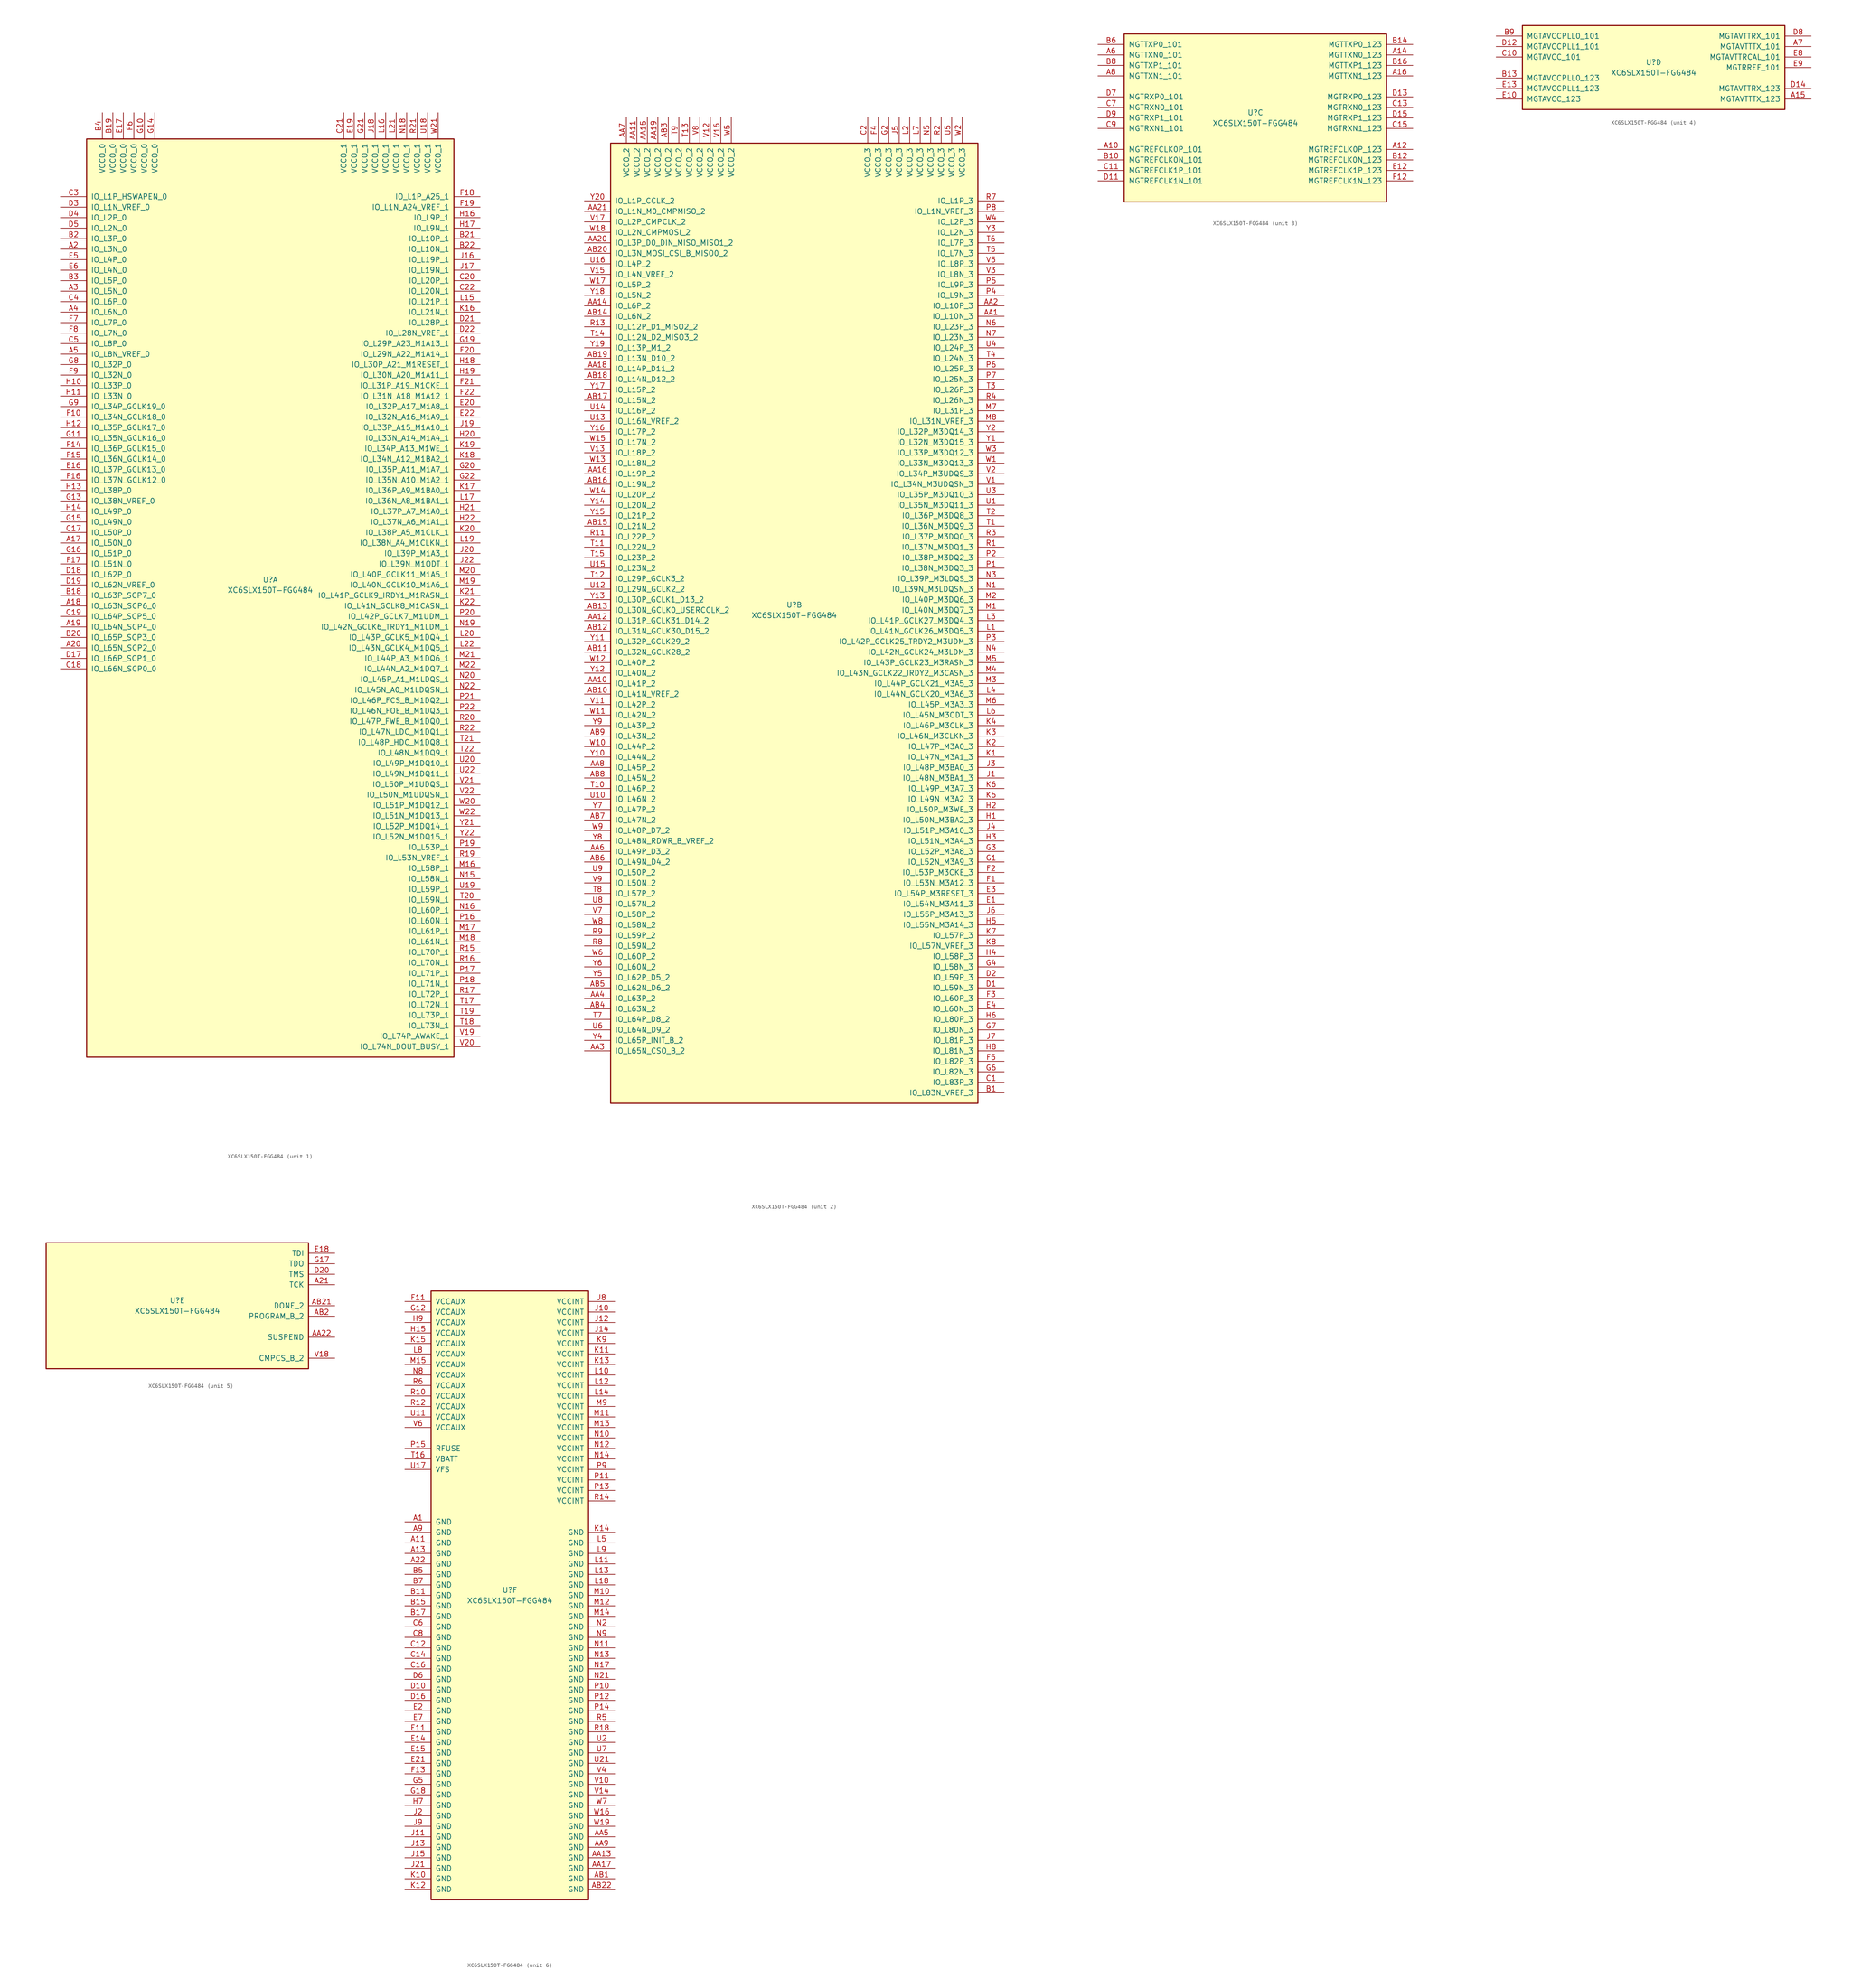
<source format=kicad_sym>
(kicad_symbol_lib
  (version 20211014)
  (generator kicad_symbol_editor)
  (symbol "XC6SLX150T-FGG484"
    (pin_names
      (offset 1.016))
    (property "Reference" "U"
      (at 0 1.27 0)
      (effects (font (size 1.27 1.27))))
    (property "Value" "XC6SLX150T-FGG484"
      (at 0 -1.27 0)
      (effects (font (size 1.27 1.27))))
    (property "Datasheet" ""
      (at 0 0 0)
      (effects (font (size 1.27 1.27))))
    (property "ki_locked" ""
      (at 0 0 0)
      (effects (font (size 1.27 1.27))))
    (symbol "XC6SLX150T-FGG484_1_1"
      (rectangle (start -44.45 107.95) (end 44.45 -114.3) (stroke (width 0.254) (type default) (color 0 0 0 0)) (fill (type background)))
      (pin bidirectional line (at -50.8 10.16 0) (length 6.35) (name "IO_L50N_0" (effects (font (size 1.27 1.27)))) (number "A17" (effects (font (size 1.27 1.27)))))
      (pin bidirectional line (at -50.8 -5.08 0) (length 6.35) (name "IO_L63N_SCP6_0" (effects (font (size 1.27 1.27)))) (number "A18" (effects (font (size 1.27 1.27)))))
      (pin bidirectional line (at -50.8 -10.16 0) (length 6.35) (name "IO_L64N_SCP4_0" (effects (font (size 1.27 1.27)))) (number "A19" (effects (font (size 1.27 1.27)))))
      (pin bidirectional line (at -50.8 81.28 0) (length 6.35) (name "IO_L3N_0" (effects (font (size 1.27 1.27)))) (number "A2" (effects (font (size 1.27 1.27)))))
      (pin bidirectional line (at -50.8 -15.24 0) (length 6.35) (name "IO_L65N_SCP2_0" (effects (font (size 1.27 1.27)))) (number "A20" (effects (font (size 1.27 1.27)))))
      (pin bidirectional line (at -50.8 71.12 0) (length 6.35) (name "IO_L5N_0" (effects (font (size 1.27 1.27)))) (number "A3" (effects (font (size 1.27 1.27)))))
      (pin bidirectional line (at -50.8 66.04 0) (length 6.35) (name "IO_L6N_0" (effects (font (size 1.27 1.27)))) (number "A4" (effects (font (size 1.27 1.27)))))
      (pin bidirectional line (at -50.8 55.88 0) (length 6.35) (name "IO_L8N_VREF_0" (effects (font (size 1.27 1.27)))) (number "A5" (effects (font (size 1.27 1.27)))))
      (pin bidirectional line (at -50.8 -2.54 0) (length 6.35) (name "IO_L63P_SCP7_0" (effects (font (size 1.27 1.27)))) (number "B18" (effects (font (size 1.27 1.27)))))
      (pin power_in line (at -38.1 114.3 270) (length 6.35) (name "VCCO_0" (effects (font (size 1.27 1.27)))) (number "B19" (effects (font (size 1.27 1.27)))))
      (pin bidirectional line (at -50.8 83.82 0) (length 6.35) (name "IO_L3P_0" (effects (font (size 1.27 1.27)))) (number "B2" (effects (font (size 1.27 1.27)))))
      (pin bidirectional line (at -50.8 -12.7 0) (length 6.35) (name "IO_L65P_SCP3_0" (effects (font (size 1.27 1.27)))) (number "B20" (effects (font (size 1.27 1.27)))))
      (pin bidirectional line (at 50.8 83.82 180) (length 6.35) (name "IO_L10P_1" (effects (font (size 1.27 1.27)))) (number "B21" (effects (font (size 1.27 1.27)))))
      (pin bidirectional line (at 50.8 81.28 180) (length 6.35) (name "IO_L10N_1" (effects (font (size 1.27 1.27)))) (number "B22" (effects (font (size 1.27 1.27)))))
      (pin bidirectional line (at -50.8 73.66 0) (length 6.35) (name "IO_L5P_0" (effects (font (size 1.27 1.27)))) (number "B3" (effects (font (size 1.27 1.27)))))
      (pin power_in line (at -40.64 114.3 270) (length 6.35) (name "VCCO_0" (effects (font (size 1.27 1.27)))) (number "B4" (effects (font (size 1.27 1.27)))))
      (pin bidirectional line (at -50.8 12.7 0) (length 6.35) (name "IO_L50P_0" (effects (font (size 1.27 1.27)))) (number "C17" (effects (font (size 1.27 1.27)))))
      (pin bidirectional line (at -50.8 -20.32 0) (length 6.35) (name "IO_L66N_SCP0_0" (effects (font (size 1.27 1.27)))) (number "C18" (effects (font (size 1.27 1.27)))))
      (pin bidirectional line (at -50.8 -7.62 0) (length 6.35) (name "IO_L64P_SCP5_0" (effects (font (size 1.27 1.27)))) (number "C19" (effects (font (size 1.27 1.27)))))
      (pin bidirectional line (at 50.8 73.66 180) (length 6.35) (name "IO_L20P_1" (effects (font (size 1.27 1.27)))) (number "C20" (effects (font (size 1.27 1.27)))))
      (pin power_in line (at 17.78 114.3 270) (length 6.35) (name "VCCO_1" (effects (font (size 1.27 1.27)))) (number "C21" (effects (font (size 1.27 1.27)))))
      (pin bidirectional line (at 50.8 71.12 180) (length 6.35) (name "IO_L20N_1" (effects (font (size 1.27 1.27)))) (number "C22" (effects (font (size 1.27 1.27)))))
      (pin bidirectional line (at -50.8 93.98 0) (length 6.35) (name "IO_L1P_HSWAPEN_0" (effects (font (size 1.27 1.27)))) (number "C3" (effects (font (size 1.27 1.27)))))
      (pin bidirectional line (at -50.8 68.58 0) (length 6.35) (name "IO_L6P_0" (effects (font (size 1.27 1.27)))) (number "C4" (effects (font (size 1.27 1.27)))))
      (pin bidirectional line (at -50.8 58.42 0) (length 6.35) (name "IO_L8P_0" (effects (font (size 1.27 1.27)))) (number "C5" (effects (font (size 1.27 1.27)))))
      (pin bidirectional line (at -50.8 -17.78 0) (length 6.35) (name "IO_L66P_SCP1_0" (effects (font (size 1.27 1.27)))) (number "D17" (effects (font (size 1.27 1.27)))))
      (pin bidirectional line (at -50.8 2.54 0) (length 6.35) (name "IO_L62P_0" (effects (font (size 1.27 1.27)))) (number "D18" (effects (font (size 1.27 1.27)))))
      (pin bidirectional line (at -50.8 0 0) (length 6.35) (name "IO_L62N_VREF_0" (effects (font (size 1.27 1.27)))) (number "D19" (effects (font (size 1.27 1.27)))))
      (pin bidirectional line (at 50.8 63.5 180) (length 6.35) (name "IO_L28P_1" (effects (font (size 1.27 1.27)))) (number "D21" (effects (font (size 1.27 1.27)))))
      (pin bidirectional line (at 50.8 60.96 180) (length 6.35) (name "IO_L28N_VREF_1" (effects (font (size 1.27 1.27)))) (number "D22" (effects (font (size 1.27 1.27)))))
      (pin bidirectional line (at -50.8 91.44 0) (length 6.35) (name "IO_L1N_VREF_0" (effects (font (size 1.27 1.27)))) (number "D3" (effects (font (size 1.27 1.27)))))
      (pin bidirectional line (at -50.8 88.9 0) (length 6.35) (name "IO_L2P_0" (effects (font (size 1.27 1.27)))) (number "D4" (effects (font (size 1.27 1.27)))))
      (pin bidirectional line (at -50.8 86.36 0) (length 6.35) (name "IO_L2N_0" (effects (font (size 1.27 1.27)))) (number "D5" (effects (font (size 1.27 1.27)))))
      (pin bidirectional line (at -50.8 27.94 0) (length 6.35) (name "IO_L37P_GCLK13_0" (effects (font (size 1.27 1.27)))) (number "E16" (effects (font (size 1.27 1.27)))))
      (pin power_in line (at -35.56 114.3 270) (length 6.35) (name "VCCO_0" (effects (font (size 1.27 1.27)))) (number "E17" (effects (font (size 1.27 1.27)))))
      (pin power_in line (at 20.32 114.3 270) (length 6.35) (name "VCCO_1" (effects (font (size 1.27 1.27)))) (number "E19" (effects (font (size 1.27 1.27)))))
      (pin bidirectional line (at 50.8 43.18 180) (length 6.35) (name "IO_L32P_A17_M1A8_1" (effects (font (size 1.27 1.27)))) (number "E20" (effects (font (size 1.27 1.27)))))
      (pin bidirectional line (at 50.8 40.64 180) (length 6.35) (name "IO_L32N_A16_M1A9_1" (effects (font (size 1.27 1.27)))) (number "E22" (effects (font (size 1.27 1.27)))))
      (pin bidirectional line (at -50.8 78.74 0) (length 6.35) (name "IO_L4P_0" (effects (font (size 1.27 1.27)))) (number "E5" (effects (font (size 1.27 1.27)))))
      (pin bidirectional line (at -50.8 76.2 0) (length 6.35) (name "IO_L4N_0" (effects (font (size 1.27 1.27)))) (number "E6" (effects (font (size 1.27 1.27)))))
      (pin bidirectional line (at -50.8 40.64 0) (length 6.35) (name "IO_L34N_GCLK18_0" (effects (font (size 1.27 1.27)))) (number "F10" (effects (font (size 1.27 1.27)))))
      (pin bidirectional line (at -50.8 33.02 0) (length 6.35) (name "IO_L36P_GCLK15_0" (effects (font (size 1.27 1.27)))) (number "F14" (effects (font (size 1.27 1.27)))))
      (pin bidirectional line (at -50.8 30.48 0) (length 6.35) (name "IO_L36N_GCLK14_0" (effects (font (size 1.27 1.27)))) (number "F15" (effects (font (size 1.27 1.27)))))
      (pin bidirectional line (at -50.8 25.4 0) (length 6.35) (name "IO_L37N_GCLK12_0" (effects (font (size 1.27 1.27)))) (number "F16" (effects (font (size 1.27 1.27)))))
      (pin bidirectional line (at -50.8 5.08 0) (length 6.35) (name "IO_L51N_0" (effects (font (size 1.27 1.27)))) (number "F17" (effects (font (size 1.27 1.27)))))
      (pin bidirectional line (at 50.8 93.98 180) (length 6.35) (name "IO_L1P_A25_1" (effects (font (size 1.27 1.27)))) (number "F18" (effects (font (size 1.27 1.27)))))
      (pin bidirectional line (at 50.8 91.44 180) (length 6.35) (name "IO_L1N_A24_VREF_1" (effects (font (size 1.27 1.27)))) (number "F19" (effects (font (size 1.27 1.27)))))
      (pin bidirectional line (at 50.8 55.88 180) (length 6.35) (name "IO_L29N_A22_M1A14_1" (effects (font (size 1.27 1.27)))) (number "F20" (effects (font (size 1.27 1.27)))))
      (pin bidirectional line (at 50.8 48.26 180) (length 6.35) (name "IO_L31P_A19_M1CKE_1" (effects (font (size 1.27 1.27)))) (number "F21" (effects (font (size 1.27 1.27)))))
      (pin bidirectional line (at 50.8 45.72 180) (length 6.35) (name "IO_L31N_A18_M1A12_1" (effects (font (size 1.27 1.27)))) (number "F22" (effects (font (size 1.27 1.27)))))
      (pin power_in line (at -33.02 114.3 270) (length 6.35) (name "VCCO_0" (effects (font (size 1.27 1.27)))) (number "F6" (effects (font (size 1.27 1.27)))))
      (pin bidirectional line (at -50.8 63.5 0) (length 6.35) (name "IO_L7P_0" (effects (font (size 1.27 1.27)))) (number "F7" (effects (font (size 1.27 1.27)))))
      (pin bidirectional line (at -50.8 60.96 0) (length 6.35) (name "IO_L7N_0" (effects (font (size 1.27 1.27)))) (number "F8" (effects (font (size 1.27 1.27)))))
      (pin bidirectional line (at -50.8 50.8 0) (length 6.35) (name "IO_L32N_0" (effects (font (size 1.27 1.27)))) (number "F9" (effects (font (size 1.27 1.27)))))
      (pin power_in line (at -30.48 114.3 270) (length 6.35) (name "VCCO_0" (effects (font (size 1.27 1.27)))) (number "G10" (effects (font (size 1.27 1.27)))))
      (pin bidirectional line (at -50.8 35.56 0) (length 6.35) (name "IO_L35N_GCLK16_0" (effects (font (size 1.27 1.27)))) (number "G11" (effects (font (size 1.27 1.27)))))
      (pin bidirectional line (at -50.8 20.32 0) (length 6.35) (name "IO_L38N_VREF_0" (effects (font (size 1.27 1.27)))) (number "G13" (effects (font (size 1.27 1.27)))))
      (pin power_in line (at -27.94 114.3 270) (length 6.35) (name "VCCO_0" (effects (font (size 1.27 1.27)))) (number "G14" (effects (font (size 1.27 1.27)))))
      (pin bidirectional line (at -50.8 15.24 0) (length 6.35) (name "IO_L49N_0" (effects (font (size 1.27 1.27)))) (number "G15" (effects (font (size 1.27 1.27)))))
      (pin bidirectional line (at -50.8 7.62 0) (length 6.35) (name "IO_L51P_0" (effects (font (size 1.27 1.27)))) (number "G16" (effects (font (size 1.27 1.27)))))
      (pin bidirectional line (at 50.8 58.42 180) (length 6.35) (name "IO_L29P_A23_M1A13_1" (effects (font (size 1.27 1.27)))) (number "G19" (effects (font (size 1.27 1.27)))))
      (pin bidirectional line (at 50.8 27.94 180) (length 6.35) (name "IO_L35P_A11_M1A7_1" (effects (font (size 1.27 1.27)))) (number "G20" (effects (font (size 1.27 1.27)))))
      (pin power_in line (at 22.86 114.3 270) (length 6.35) (name "VCCO_1" (effects (font (size 1.27 1.27)))) (number "G21" (effects (font (size 1.27 1.27)))))
      (pin bidirectional line (at 50.8 25.4 180) (length 6.35) (name "IO_L35N_A10_M1A2_1" (effects (font (size 1.27 1.27)))) (number "G22" (effects (font (size 1.27 1.27)))))
      (pin bidirectional line (at -50.8 53.34 0) (length 6.35) (name "IO_L32P_0" (effects (font (size 1.27 1.27)))) (number "G8" (effects (font (size 1.27 1.27)))))
      (pin bidirectional line (at -50.8 43.18 0) (length 6.35) (name "IO_L34P_GCLK19_0" (effects (font (size 1.27 1.27)))) (number "G9" (effects (font (size 1.27 1.27)))))
      (pin bidirectional line (at -50.8 48.26 0) (length 6.35) (name "IO_L33P_0" (effects (font (size 1.27 1.27)))) (number "H10" (effects (font (size 1.27 1.27)))))
      (pin bidirectional line (at -50.8 45.72 0) (length 6.35) (name "IO_L33N_0" (effects (font (size 1.27 1.27)))) (number "H11" (effects (font (size 1.27 1.27)))))
      (pin bidirectional line (at -50.8 38.1 0) (length 6.35) (name "IO_L35P_GCLK17_0" (effects (font (size 1.27 1.27)))) (number "H12" (effects (font (size 1.27 1.27)))))
      (pin bidirectional line (at -50.8 22.86 0) (length 6.35) (name "IO_L38P_0" (effects (font (size 1.27 1.27)))) (number "H13" (effects (font (size 1.27 1.27)))))
      (pin bidirectional line (at -50.8 17.78 0) (length 6.35) (name "IO_L49P_0" (effects (font (size 1.27 1.27)))) (number "H14" (effects (font (size 1.27 1.27)))))
      (pin bidirectional line (at 50.8 88.9 180) (length 6.35) (name "IO_L9P_1" (effects (font (size 1.27 1.27)))) (number "H16" (effects (font (size 1.27 1.27)))))
      (pin bidirectional line (at 50.8 86.36 180) (length 6.35) (name "IO_L9N_1" (effects (font (size 1.27 1.27)))) (number "H17" (effects (font (size 1.27 1.27)))))
      (pin bidirectional line (at 50.8 53.34 180) (length 6.35) (name "IO_L30P_A21_M1RESET_1" (effects (font (size 1.27 1.27)))) (number "H18" (effects (font (size 1.27 1.27)))))
      (pin bidirectional line (at 50.8 50.8 180) (length 6.35) (name "IO_L30N_A20_M1A11_1" (effects (font (size 1.27 1.27)))) (number "H19" (effects (font (size 1.27 1.27)))))
      (pin bidirectional line (at 50.8 35.56 180) (length 6.35) (name "IO_L33N_A14_M1A4_1" (effects (font (size 1.27 1.27)))) (number "H20" (effects (font (size 1.27 1.27)))))
      (pin bidirectional line (at 50.8 17.78 180) (length 6.35) (name "IO_L37P_A7_M1A0_1" (effects (font (size 1.27 1.27)))) (number "H21" (effects (font (size 1.27 1.27)))))
      (pin bidirectional line (at 50.8 15.24 180) (length 6.35) (name "IO_L37N_A6_M1A1_1" (effects (font (size 1.27 1.27)))) (number "H22" (effects (font (size 1.27 1.27)))))
      (pin bidirectional line (at 50.8 78.74 180) (length 6.35) (name "IO_L19P_1" (effects (font (size 1.27 1.27)))) (number "J16" (effects (font (size 1.27 1.27)))))
      (pin bidirectional line (at 50.8 76.2 180) (length 6.35) (name "IO_L19N_1" (effects (font (size 1.27 1.27)))) (number "J17" (effects (font (size 1.27 1.27)))))
      (pin power_in line (at 25.4 114.3 270) (length 6.35) (name "VCCO_1" (effects (font (size 1.27 1.27)))) (number "J18" (effects (font (size 1.27 1.27)))))
      (pin bidirectional line (at 50.8 38.1 180) (length 6.35) (name "IO_L33P_A15_M1A10_1" (effects (font (size 1.27 1.27)))) (number "J19" (effects (font (size 1.27 1.27)))))
      (pin bidirectional line (at 50.8 7.62 180) (length 6.35) (name "IO_L39P_M1A3_1" (effects (font (size 1.27 1.27)))) (number "J20" (effects (font (size 1.27 1.27)))))
      (pin bidirectional line (at 50.8 5.08 180) (length 6.35) (name "IO_L39N_M1ODT_1" (effects (font (size 1.27 1.27)))) (number "J22" (effects (font (size 1.27 1.27)))))
      (pin bidirectional line (at 50.8 66.04 180) (length 6.35) (name "IO_L21N_1" (effects (font (size 1.27 1.27)))) (number "K16" (effects (font (size 1.27 1.27)))))
      (pin bidirectional line (at 50.8 22.86 180) (length 6.35) (name "IO_L36P_A9_M1BA0_1" (effects (font (size 1.27 1.27)))) (number "K17" (effects (font (size 1.27 1.27)))))
      (pin bidirectional line (at 50.8 30.48 180) (length 6.35) (name "IO_L34N_A12_M1BA2_1" (effects (font (size 1.27 1.27)))) (number "K18" (effects (font (size 1.27 1.27)))))
      (pin bidirectional line (at 50.8 33.02 180) (length 6.35) (name "IO_L34P_A13_M1WE_1" (effects (font (size 1.27 1.27)))) (number "K19" (effects (font (size 1.27 1.27)))))
      (pin bidirectional line (at 50.8 12.7 180) (length 6.35) (name "IO_L38P_A5_M1CLK_1" (effects (font (size 1.27 1.27)))) (number "K20" (effects (font (size 1.27 1.27)))))
      (pin bidirectional line (at 50.8 -2.54 180) (length 6.35) (name "IO_L41P_GCLK9_IRDY1_M1RASN_1" (effects (font (size 1.27 1.27)))) (number "K21" (effects (font (size 1.27 1.27)))))
      (pin bidirectional line (at 50.8 -5.08 180) (length 6.35) (name "IO_L41N_GCLK8_M1CASN_1" (effects (font (size 1.27 1.27)))) (number "K22" (effects (font (size 1.27 1.27)))))
      (pin bidirectional line (at 50.8 68.58 180) (length 6.35) (name "IO_L21P_1" (effects (font (size 1.27 1.27)))) (number "L15" (effects (font (size 1.27 1.27)))))
      (pin power_in line (at 27.94 114.3 270) (length 6.35) (name "VCCO_1" (effects (font (size 1.27 1.27)))) (number "L16" (effects (font (size 1.27 1.27)))))
      (pin bidirectional line (at 50.8 20.32 180) (length 6.35) (name "IO_L36N_A8_M1BA1_1" (effects (font (size 1.27 1.27)))) (number "L17" (effects (font (size 1.27 1.27)))))
      (pin bidirectional line (at 50.8 10.16 180) (length 6.35) (name "IO_L38N_A4_M1CLKN_1" (effects (font (size 1.27 1.27)))) (number "L19" (effects (font (size 1.27 1.27)))))
      (pin bidirectional line (at 50.8 -12.7 180) (length 6.35) (name "IO_L43P_GCLK5_M1DQ4_1" (effects (font (size 1.27 1.27)))) (number "L20" (effects (font (size 1.27 1.27)))))
      (pin power_in line (at 30.48 114.3 270) (length 6.35) (name "VCCO_1" (effects (font (size 1.27 1.27)))) (number "L21" (effects (font (size 1.27 1.27)))))
      (pin bidirectional line (at 50.8 -15.24 180) (length 6.35) (name "IO_L43N_GCLK4_M1DQ5_1" (effects (font (size 1.27 1.27)))) (number "L22" (effects (font (size 1.27 1.27)))))
      (pin bidirectional line (at 50.8 -68.58 180) (length 6.35) (name "IO_L58P_1" (effects (font (size 1.27 1.27)))) (number "M16" (effects (font (size 1.27 1.27)))))
      (pin bidirectional line (at 50.8 -83.82 180) (length 6.35) (name "IO_L61P_1" (effects (font (size 1.27 1.27)))) (number "M17" (effects (font (size 1.27 1.27)))))
      (pin bidirectional line (at 50.8 -86.36 180) (length 6.35) (name "IO_L61N_1" (effects (font (size 1.27 1.27)))) (number "M18" (effects (font (size 1.27 1.27)))))
      (pin bidirectional line (at 50.8 0 180) (length 6.35) (name "IO_L40N_GCLK10_M1A6_1" (effects (font (size 1.27 1.27)))) (number "M19" (effects (font (size 1.27 1.27)))))
      (pin bidirectional line (at 50.8 2.54 180) (length 6.35) (name "IO_L40P_GCLK11_M1A5_1" (effects (font (size 1.27 1.27)))) (number "M20" (effects (font (size 1.27 1.27)))))
      (pin bidirectional line (at 50.8 -17.78 180) (length 6.35) (name "IO_L44P_A3_M1DQ6_1" (effects (font (size 1.27 1.27)))) (number "M21" (effects (font (size 1.27 1.27)))))
      (pin bidirectional line (at 50.8 -20.32 180) (length 6.35) (name "IO_L44N_A2_M1DQ7_1" (effects (font (size 1.27 1.27)))) (number "M22" (effects (font (size 1.27 1.27)))))
      (pin bidirectional line (at 50.8 -71.12 180) (length 6.35) (name "IO_L58N_1" (effects (font (size 1.27 1.27)))) (number "N15" (effects (font (size 1.27 1.27)))))
      (pin bidirectional line (at 50.8 -78.74 180) (length 6.35) (name "IO_L60P_1" (effects (font (size 1.27 1.27)))) (number "N16" (effects (font (size 1.27 1.27)))))
      (pin power_in line (at 33.02 114.3 270) (length 6.35) (name "VCCO_1" (effects (font (size 1.27 1.27)))) (number "N18" (effects (font (size 1.27 1.27)))))
      (pin bidirectional line (at 50.8 -10.16 180) (length 6.35) (name "IO_L42N_GCLK6_TRDY1_M1LDM_1" (effects (font (size 1.27 1.27)))) (number "N19" (effects (font (size 1.27 1.27)))))
      (pin bidirectional line (at 50.8 -22.86 180) (length 6.35) (name "IO_L45P_A1_M1LDQS_1" (effects (font (size 1.27 1.27)))) (number "N20" (effects (font (size 1.27 1.27)))))
      (pin bidirectional line (at 50.8 -25.4 180) (length 6.35) (name "IO_L45N_A0_M1LDQSN_1" (effects (font (size 1.27 1.27)))) (number "N22" (effects (font (size 1.27 1.27)))))
      (pin bidirectional line (at 50.8 -81.28 180) (length 6.35) (name "IO_L60N_1" (effects (font (size 1.27 1.27)))) (number "P16" (effects (font (size 1.27 1.27)))))
      (pin bidirectional line (at 50.8 -93.98 180) (length 6.35) (name "IO_L71P_1" (effects (font (size 1.27 1.27)))) (number "P17" (effects (font (size 1.27 1.27)))))
      (pin bidirectional line (at 50.8 -96.52 180) (length 6.35) (name "IO_L71N_1" (effects (font (size 1.27 1.27)))) (number "P18" (effects (font (size 1.27 1.27)))))
      (pin bidirectional line (at 50.8 -63.5 180) (length 6.35) (name "IO_L53P_1" (effects (font (size 1.27 1.27)))) (number "P19" (effects (font (size 1.27 1.27)))))
      (pin bidirectional line (at 50.8 -7.62 180) (length 6.35) (name "IO_L42P_GCLK7_M1UDM_1" (effects (font (size 1.27 1.27)))) (number "P20" (effects (font (size 1.27 1.27)))))
      (pin bidirectional line (at 50.8 -27.94 180) (length 6.35) (name "IO_L46P_FCS_B_M1DQ2_1" (effects (font (size 1.27 1.27)))) (number "P21" (effects (font (size 1.27 1.27)))))
      (pin bidirectional line (at 50.8 -30.48 180) (length 6.35) (name "IO_L46N_FOE_B_M1DQ3_1" (effects (font (size 1.27 1.27)))) (number "P22" (effects (font (size 1.27 1.27)))))
      (pin bidirectional line (at 50.8 -88.9 180) (length 6.35) (name "IO_L70P_1" (effects (font (size 1.27 1.27)))) (number "R15" (effects (font (size 1.27 1.27)))))
      (pin bidirectional line (at 50.8 -91.44 180) (length 6.35) (name "IO_L70N_1" (effects (font (size 1.27 1.27)))) (number "R16" (effects (font (size 1.27 1.27)))))
      (pin bidirectional line (at 50.8 -99.06 180) (length 6.35) (name "IO_L72P_1" (effects (font (size 1.27 1.27)))) (number "R17" (effects (font (size 1.27 1.27)))))
      (pin bidirectional line (at 50.8 -66.04 180) (length 6.35) (name "IO_L53N_VREF_1" (effects (font (size 1.27 1.27)))) (number "R19" (effects (font (size 1.27 1.27)))))
      (pin bidirectional line (at 50.8 -33.02 180) (length 6.35) (name "IO_L47P_FWE_B_M1DQ0_1" (effects (font (size 1.27 1.27)))) (number "R20" (effects (font (size 1.27 1.27)))))
      (pin power_in line (at 35.56 114.3 270) (length 6.35) (name "VCCO_1" (effects (font (size 1.27 1.27)))) (number "R21" (effects (font (size 1.27 1.27)))))
      (pin bidirectional line (at 50.8 -35.56 180) (length 6.35) (name "IO_L47N_LDC_M1DQ1_1" (effects (font (size 1.27 1.27)))) (number "R22" (effects (font (size 1.27 1.27)))))
      (pin bidirectional line (at 50.8 -101.6 180) (length 6.35) (name "IO_L72N_1" (effects (font (size 1.27 1.27)))) (number "T17" (effects (font (size 1.27 1.27)))))
      (pin bidirectional line (at 50.8 -106.68 180) (length 6.35) (name "IO_L73N_1" (effects (font (size 1.27 1.27)))) (number "T18" (effects (font (size 1.27 1.27)))))
      (pin bidirectional line (at 50.8 -104.14 180) (length 6.35) (name "IO_L73P_1" (effects (font (size 1.27 1.27)))) (number "T19" (effects (font (size 1.27 1.27)))))
      (pin bidirectional line (at 50.8 -76.2 180) (length 6.35) (name "IO_L59N_1" (effects (font (size 1.27 1.27)))) (number "T20" (effects (font (size 1.27 1.27)))))
      (pin bidirectional line (at 50.8 -38.1 180) (length 6.35) (name "IO_L48P_HDC_M1DQ8_1" (effects (font (size 1.27 1.27)))) (number "T21" (effects (font (size 1.27 1.27)))))
      (pin bidirectional line (at 50.8 -40.64 180) (length 6.35) (name "IO_L48N_M1DQ9_1" (effects (font (size 1.27 1.27)))) (number "T22" (effects (font (size 1.27 1.27)))))
      (pin power_in line (at 38.1 114.3 270) (length 6.35) (name "VCCO_1" (effects (font (size 1.27 1.27)))) (number "U18" (effects (font (size 1.27 1.27)))))
      (pin bidirectional line (at 50.8 -73.66 180) (length 6.35) (name "IO_L59P_1" (effects (font (size 1.27 1.27)))) (number "U19" (effects (font (size 1.27 1.27)))))
      (pin bidirectional line (at 50.8 -43.18 180) (length 6.35) (name "IO_L49P_M1DQ10_1" (effects (font (size 1.27 1.27)))) (number "U20" (effects (font (size 1.27 1.27)))))
      (pin bidirectional line (at 50.8 -45.72 180) (length 6.35) (name "IO_L49N_M1DQ11_1" (effects (font (size 1.27 1.27)))) (number "U22" (effects (font (size 1.27 1.27)))))
      (pin bidirectional line (at 50.8 -109.22 180) (length 6.35) (name "IO_L74P_AWAKE_1" (effects (font (size 1.27 1.27)))) (number "V19" (effects (font (size 1.27 1.27)))))
      (pin bidirectional line (at 50.8 -111.76 180) (length 6.35) (name "IO_L74N_DOUT_BUSY_1" (effects (font (size 1.27 1.27)))) (number "V20" (effects (font (size 1.27 1.27)))))
      (pin bidirectional line (at 50.8 -48.26 180) (length 6.35) (name "IO_L50P_M1UDQS_1" (effects (font (size 1.27 1.27)))) (number "V21" (effects (font (size 1.27 1.27)))))
      (pin bidirectional line (at 50.8 -50.8 180) (length 6.35) (name "IO_L50N_M1UDQSN_1" (effects (font (size 1.27 1.27)))) (number "V22" (effects (font (size 1.27 1.27)))))
      (pin bidirectional line (at 50.8 -53.34 180) (length 6.35) (name "IO_L51P_M1DQ12_1" (effects (font (size 1.27 1.27)))) (number "W20" (effects (font (size 1.27 1.27)))))
      (pin power_in line (at 40.64 114.3 270) (length 6.35) (name "VCCO_1" (effects (font (size 1.27 1.27)))) (number "W21" (effects (font (size 1.27 1.27)))))
      (pin bidirectional line (at 50.8 -55.88 180) (length 6.35) (name "IO_L51N_M1DQ13_1" (effects (font (size 1.27 1.27)))) (number "W22" (effects (font (size 1.27 1.27)))))
      (pin bidirectional line (at 50.8 -58.42 180) (length 6.35) (name "IO_L52P_M1DQ14_1" (effects (font (size 1.27 1.27)))) (number "Y21" (effects (font (size 1.27 1.27)))))
      (pin bidirectional line (at 50.8 -60.96 180) (length 6.35) (name "IO_L52N_M1DQ15_1" (effects (font (size 1.27 1.27)))) (number "Y22" (effects (font (size 1.27 1.27))))))
    (symbol "XC6SLX150T-FGG484_2_1"
      (rectangle (start -44.45 113.03) (end 44.45 -119.38) (stroke (width 0.254) (type default) (color 0 0 0 0)) (fill (type background)))
      (pin bidirectional line (at 50.8 71.12 180) (length 6.35) (name "IO_L10N_3" (effects (font (size 1.27 1.27)))) (number "AA1" (effects (font (size 1.27 1.27)))))
      (pin bidirectional line (at -50.8 -17.78 0) (length 6.35) (name "IO_L41P_2" (effects (font (size 1.27 1.27)))) (number "AA10" (effects (font (size 1.27 1.27)))))
      (pin power_in line (at -38.1 119.38 270) (length 6.35) (name "VCCO_2" (effects (font (size 1.27 1.27)))) (number "AA11" (effects (font (size 1.27 1.27)))))
      (pin bidirectional line (at -50.8 -2.54 0) (length 6.35) (name "IO_L31P_GCLK31_D14_2" (effects (font (size 1.27 1.27)))) (number "AA12" (effects (font (size 1.27 1.27)))))
      (pin bidirectional line (at -50.8 73.66 0) (length 6.35) (name "IO_L6P_2" (effects (font (size 1.27 1.27)))) (number "AA14" (effects (font (size 1.27 1.27)))))
      (pin power_in line (at -35.56 119.38 270) (length 6.35) (name "VCCO_2" (effects (font (size 1.27 1.27)))) (number "AA15" (effects (font (size 1.27 1.27)))))
      (pin bidirectional line (at -50.8 33.02 0) (length 6.35) (name "IO_L19P_2" (effects (font (size 1.27 1.27)))) (number "AA16" (effects (font (size 1.27 1.27)))))
      (pin bidirectional line (at -50.8 58.42 0) (length 6.35) (name "IO_L14P_D11_2" (effects (font (size 1.27 1.27)))) (number "AA18" (effects (font (size 1.27 1.27)))))
      (pin power_in line (at -33.02 119.38 270) (length 6.35) (name "VCCO_2" (effects (font (size 1.27 1.27)))) (number "AA19" (effects (font (size 1.27 1.27)))))
      (pin bidirectional line (at 50.8 73.66 180) (length 6.35) (name "IO_L10P_3" (effects (font (size 1.27 1.27)))) (number "AA2" (effects (font (size 1.27 1.27)))))
      (pin bidirectional line (at -50.8 88.9 0) (length 6.35) (name "IO_L3P_D0_DIN_MISO_MISO1_2" (effects (font (size 1.27 1.27)))) (number "AA20" (effects (font (size 1.27 1.27)))))
      (pin bidirectional line (at -50.8 96.52 0) (length 6.35) (name "IO_L1N_M0_CMPMISO_2" (effects (font (size 1.27 1.27)))) (number "AA21" (effects (font (size 1.27 1.27)))))
      (pin bidirectional line (at -50.8 -106.68 0) (length 6.35) (name "IO_L65N_CSO_B_2" (effects (font (size 1.27 1.27)))) (number "AA3" (effects (font (size 1.27 1.27)))))
      (pin bidirectional line (at -50.8 -93.98 0) (length 6.35) (name "IO_L63P_2" (effects (font (size 1.27 1.27)))) (number "AA4" (effects (font (size 1.27 1.27)))))
      (pin bidirectional line (at -50.8 -58.42 0) (length 6.35) (name "IO_L49P_D3_2" (effects (font (size 1.27 1.27)))) (number "AA6" (effects (font (size 1.27 1.27)))))
      (pin power_in line (at -40.64 119.38 270) (length 6.35) (name "VCCO_2" (effects (font (size 1.27 1.27)))) (number "AA7" (effects (font (size 1.27 1.27)))))
      (pin bidirectional line (at -50.8 -38.1 0) (length 6.35) (name "IO_L45P_2" (effects (font (size 1.27 1.27)))) (number "AA8" (effects (font (size 1.27 1.27)))))
      (pin bidirectional line (at -50.8 -20.32 0) (length 6.35) (name "IO_L41N_VREF_2" (effects (font (size 1.27 1.27)))) (number "AB10" (effects (font (size 1.27 1.27)))))
      (pin bidirectional line (at -50.8 -10.16 0) (length 6.35) (name "IO_L32N_GCLK28_2" (effects (font (size 1.27 1.27)))) (number "AB11" (effects (font (size 1.27 1.27)))))
      (pin bidirectional line (at -50.8 -5.08 0) (length 6.35) (name "IO_L31N_GCLK30_D15_2" (effects (font (size 1.27 1.27)))) (number "AB12" (effects (font (size 1.27 1.27)))))
      (pin bidirectional line (at -50.8 0 0) (length 6.35) (name "IO_L30N_GCLK0_USERCCLK_2" (effects (font (size 1.27 1.27)))) (number "AB13" (effects (font (size 1.27 1.27)))))
      (pin bidirectional line (at -50.8 71.12 0) (length 6.35) (name "IO_L6N_2" (effects (font (size 1.27 1.27)))) (number "AB14" (effects (font (size 1.27 1.27)))))
      (pin bidirectional line (at -50.8 20.32 0) (length 6.35) (name "IO_L21N_2" (effects (font (size 1.27 1.27)))) (number "AB15" (effects (font (size 1.27 1.27)))))
      (pin bidirectional line (at -50.8 30.48 0) (length 6.35) (name "IO_L19N_2" (effects (font (size 1.27 1.27)))) (number "AB16" (effects (font (size 1.27 1.27)))))
      (pin bidirectional line (at -50.8 50.8 0) (length 6.35) (name "IO_L15N_2" (effects (font (size 1.27 1.27)))) (number "AB17" (effects (font (size 1.27 1.27)))))
      (pin bidirectional line (at -50.8 55.88 0) (length 6.35) (name "IO_L14N_D12_2" (effects (font (size 1.27 1.27)))) (number "AB18" (effects (font (size 1.27 1.27)))))
      (pin bidirectional line (at -50.8 60.96 0) (length 6.35) (name "IO_L13N_D10_2" (effects (font (size 1.27 1.27)))) (number "AB19" (effects (font (size 1.27 1.27)))))
      (pin bidirectional line (at -50.8 86.36 0) (length 6.35) (name "IO_L3N_MOSI_CSI_B_MISO0_2" (effects (font (size 1.27 1.27)))) (number "AB20" (effects (font (size 1.27 1.27)))))
      (pin power_in line (at -30.48 119.38 270) (length 6.35) (name "VCCO_2" (effects (font (size 1.27 1.27)))) (number "AB3" (effects (font (size 1.27 1.27)))))
      (pin bidirectional line (at -50.8 -96.52 0) (length 6.35) (name "IO_L63N_2" (effects (font (size 1.27 1.27)))) (number "AB4" (effects (font (size 1.27 1.27)))))
      (pin bidirectional line (at -50.8 -91.44 0) (length 6.35) (name "IO_L62N_D6_2" (effects (font (size 1.27 1.27)))) (number "AB5" (effects (font (size 1.27 1.27)))))
      (pin bidirectional line (at -50.8 -60.96 0) (length 6.35) (name "IO_L49N_D4_2" (effects (font (size 1.27 1.27)))) (number "AB6" (effects (font (size 1.27 1.27)))))
      (pin bidirectional line (at -50.8 -50.8 0) (length 6.35) (name "IO_L47N_2" (effects (font (size 1.27 1.27)))) (number "AB7" (effects (font (size 1.27 1.27)))))
      (pin bidirectional line (at -50.8 -40.64 0) (length 6.35) (name "IO_L45N_2" (effects (font (size 1.27 1.27)))) (number "AB8" (effects (font (size 1.27 1.27)))))
      (pin bidirectional line (at -50.8 -30.48 0) (length 6.35) (name "IO_L43N_2" (effects (font (size 1.27 1.27)))) (number "AB9" (effects (font (size 1.27 1.27)))))
      (pin bidirectional line (at 50.8 -116.84 180) (length 6.35) (name "IO_L83N_VREF_3" (effects (font (size 1.27 1.27)))) (number "B1" (effects (font (size 1.27 1.27)))))
      (pin bidirectional line (at 50.8 -114.3 180) (length 6.35) (name "IO_L83P_3" (effects (font (size 1.27 1.27)))) (number "C1" (effects (font (size 1.27 1.27)))))
      (pin power_in line (at 17.78 119.38 270) (length 6.35) (name "VCCO_3" (effects (font (size 1.27 1.27)))) (number "C2" (effects (font (size 1.27 1.27)))))
      (pin bidirectional line (at 50.8 -91.44 180) (length 6.35) (name "IO_L59N_3" (effects (font (size 1.27 1.27)))) (number "D1" (effects (font (size 1.27 1.27)))))
      (pin bidirectional line (at 50.8 -88.9 180) (length 6.35) (name "IO_L59P_3" (effects (font (size 1.27 1.27)))) (number "D2" (effects (font (size 1.27 1.27)))))
      (pin bidirectional line (at 50.8 -71.12 180) (length 6.35) (name "IO_L54N_M3A11_3" (effects (font (size 1.27 1.27)))) (number "E1" (effects (font (size 1.27 1.27)))))
      (pin bidirectional line (at 50.8 -68.58 180) (length 6.35) (name "IO_L54P_M3RESET_3" (effects (font (size 1.27 1.27)))) (number "E3" (effects (font (size 1.27 1.27)))))
      (pin bidirectional line (at 50.8 -96.52 180) (length 6.35) (name "IO_L60N_3" (effects (font (size 1.27 1.27)))) (number "E4" (effects (font (size 1.27 1.27)))))
      (pin bidirectional line (at 50.8 -66.04 180) (length 6.35) (name "IO_L53N_M3A12_3" (effects (font (size 1.27 1.27)))) (number "F1" (effects (font (size 1.27 1.27)))))
      (pin bidirectional line (at 50.8 -63.5 180) (length 6.35) (name "IO_L53P_M3CKE_3" (effects (font (size 1.27 1.27)))) (number "F2" (effects (font (size 1.27 1.27)))))
      (pin bidirectional line (at 50.8 -93.98 180) (length 6.35) (name "IO_L60P_3" (effects (font (size 1.27 1.27)))) (number "F3" (effects (font (size 1.27 1.27)))))
      (pin power_in line (at 20.32 119.38 270) (length 6.35) (name "VCCO_3" (effects (font (size 1.27 1.27)))) (number "F4" (effects (font (size 1.27 1.27)))))
      (pin bidirectional line (at 50.8 -109.22 180) (length 6.35) (name "IO_L82P_3" (effects (font (size 1.27 1.27)))) (number "F5" (effects (font (size 1.27 1.27)))))
      (pin bidirectional line (at 50.8 -60.96 180) (length 6.35) (name "IO_L52N_M3A9_3" (effects (font (size 1.27 1.27)))) (number "G1" (effects (font (size 1.27 1.27)))))
      (pin power_in line (at 22.86 119.38 270) (length 6.35) (name "VCCO_3" (effects (font (size 1.27 1.27)))) (number "G2" (effects (font (size 1.27 1.27)))))
      (pin bidirectional line (at 50.8 -58.42 180) (length 6.35) (name "IO_L52P_M3A8_3" (effects (font (size 1.27 1.27)))) (number "G3" (effects (font (size 1.27 1.27)))))
      (pin bidirectional line (at 50.8 -86.36 180) (length 6.35) (name "IO_L58N_3" (effects (font (size 1.27 1.27)))) (number "G4" (effects (font (size 1.27 1.27)))))
      (pin bidirectional line (at 50.8 -111.76 180) (length 6.35) (name "IO_L82N_3" (effects (font (size 1.27 1.27)))) (number "G6" (effects (font (size 1.27 1.27)))))
      (pin bidirectional line (at 50.8 -101.6 180) (length 6.35) (name "IO_L80N_3" (effects (font (size 1.27 1.27)))) (number "G7" (effects (font (size 1.27 1.27)))))
      (pin bidirectional line (at 50.8 -50.8 180) (length 6.35) (name "IO_L50N_M3BA2_3" (effects (font (size 1.27 1.27)))) (number "H1" (effects (font (size 1.27 1.27)))))
      (pin bidirectional line (at 50.8 -48.26 180) (length 6.35) (name "IO_L50P_M3WE_3" (effects (font (size 1.27 1.27)))) (number "H2" (effects (font (size 1.27 1.27)))))
      (pin bidirectional line (at 50.8 -55.88 180) (length 6.35) (name "IO_L51N_M3A4_3" (effects (font (size 1.27 1.27)))) (number "H3" (effects (font (size 1.27 1.27)))))
      (pin bidirectional line (at 50.8 -83.82 180) (length 6.35) (name "IO_L58P_3" (effects (font (size 1.27 1.27)))) (number "H4" (effects (font (size 1.27 1.27)))))
      (pin bidirectional line (at 50.8 -76.2 180) (length 6.35) (name "IO_L55N_M3A14_3" (effects (font (size 1.27 1.27)))) (number "H5" (effects (font (size 1.27 1.27)))))
      (pin bidirectional line (at 50.8 -99.06 180) (length 6.35) (name "IO_L80P_3" (effects (font (size 1.27 1.27)))) (number "H6" (effects (font (size 1.27 1.27)))))
      (pin bidirectional line (at 50.8 -106.68 180) (length 6.35) (name "IO_L81N_3" (effects (font (size 1.27 1.27)))) (number "H8" (effects (font (size 1.27 1.27)))))
      (pin bidirectional line (at 50.8 -40.64 180) (length 6.35) (name "IO_L48N_M3BA1_3" (effects (font (size 1.27 1.27)))) (number "J1" (effects (font (size 1.27 1.27)))))
      (pin bidirectional line (at 50.8 -38.1 180) (length 6.35) (name "IO_L48P_M3BA0_3" (effects (font (size 1.27 1.27)))) (number "J3" (effects (font (size 1.27 1.27)))))
      (pin bidirectional line (at 50.8 -53.34 180) (length 6.35) (name "IO_L51P_M3A10_3" (effects (font (size 1.27 1.27)))) (number "J4" (effects (font (size 1.27 1.27)))))
      (pin power_in line (at 25.4 119.38 270) (length 6.35) (name "VCCO_3" (effects (font (size 1.27 1.27)))) (number "J5" (effects (font (size 1.27 1.27)))))
      (pin bidirectional line (at 50.8 -73.66 180) (length 6.35) (name "IO_L55P_M3A13_3" (effects (font (size 1.27 1.27)))) (number "J6" (effects (font (size 1.27 1.27)))))
      (pin bidirectional line (at 50.8 -104.14 180) (length 6.35) (name "IO_L81P_3" (effects (font (size 1.27 1.27)))) (number "J7" (effects (font (size 1.27 1.27)))))
      (pin bidirectional line (at 50.8 -35.56 180) (length 6.35) (name "IO_L47N_M3A1_3" (effects (font (size 1.27 1.27)))) (number "K1" (effects (font (size 1.27 1.27)))))
      (pin bidirectional line (at 50.8 -33.02 180) (length 6.35) (name "IO_L47P_M3A0_3" (effects (font (size 1.27 1.27)))) (number "K2" (effects (font (size 1.27 1.27)))))
      (pin bidirectional line (at 50.8 -30.48 180) (length 6.35) (name "IO_L46N_M3CLKN_3" (effects (font (size 1.27 1.27)))) (number "K3" (effects (font (size 1.27 1.27)))))
      (pin bidirectional line (at 50.8 -27.94 180) (length 6.35) (name "IO_L46P_M3CLK_3" (effects (font (size 1.27 1.27)))) (number "K4" (effects (font (size 1.27 1.27)))))
      (pin bidirectional line (at 50.8 -45.72 180) (length 6.35) (name "IO_L49N_M3A2_3" (effects (font (size 1.27 1.27)))) (number "K5" (effects (font (size 1.27 1.27)))))
      (pin bidirectional line (at 50.8 -43.18 180) (length 6.35) (name "IO_L49P_M3A7_3" (effects (font (size 1.27 1.27)))) (number "K6" (effects (font (size 1.27 1.27)))))
      (pin bidirectional line (at 50.8 -78.74 180) (length 6.35) (name "IO_L57P_3" (effects (font (size 1.27 1.27)))) (number "K7" (effects (font (size 1.27 1.27)))))
      (pin bidirectional line (at 50.8 -81.28 180) (length 6.35) (name "IO_L57N_VREF_3" (effects (font (size 1.27 1.27)))) (number "K8" (effects (font (size 1.27 1.27)))))
      (pin bidirectional line (at 50.8 -5.08 180) (length 6.35) (name "IO_L41N_GCLK26_M3DQ5_3" (effects (font (size 1.27 1.27)))) (number "L1" (effects (font (size 1.27 1.27)))))
      (pin power_in line (at 27.94 119.38 270) (length 6.35) (name "VCCO_3" (effects (font (size 1.27 1.27)))) (number "L2" (effects (font (size 1.27 1.27)))))
      (pin bidirectional line (at 50.8 -2.54 180) (length 6.35) (name "IO_L41P_GCLK27_M3DQ4_3" (effects (font (size 1.27 1.27)))) (number "L3" (effects (font (size 1.27 1.27)))))
      (pin bidirectional line (at 50.8 -20.32 180) (length 6.35) (name "IO_L44N_GCLK20_M3A6_3" (effects (font (size 1.27 1.27)))) (number "L4" (effects (font (size 1.27 1.27)))))
      (pin bidirectional line (at 50.8 -25.4 180) (length 6.35) (name "IO_L45N_M3ODT_3" (effects (font (size 1.27 1.27)))) (number "L6" (effects (font (size 1.27 1.27)))))
      (pin power_in line (at 30.48 119.38 270) (length 6.35) (name "VCCO_3" (effects (font (size 1.27 1.27)))) (number "L7" (effects (font (size 1.27 1.27)))))
      (pin bidirectional line (at 50.8 0 180) (length 6.35) (name "IO_L40N_M3DQ7_3" (effects (font (size 1.27 1.27)))) (number "M1" (effects (font (size 1.27 1.27)))))
      (pin bidirectional line (at 50.8 2.54 180) (length 6.35) (name "IO_L40P_M3DQ6_3" (effects (font (size 1.27 1.27)))) (number "M2" (effects (font (size 1.27 1.27)))))
      (pin bidirectional line (at 50.8 -17.78 180) (length 6.35) (name "IO_L44P_GCLK21_M3A5_3" (effects (font (size 1.27 1.27)))) (number "M3" (effects (font (size 1.27 1.27)))))
      (pin bidirectional line (at 50.8 -15.24 180) (length 6.35) (name "IO_L43N_GCLK22_IRDY2_M3CASN_3" (effects (font (size 1.27 1.27)))) (number "M4" (effects (font (size 1.27 1.27)))))
      (pin bidirectional line (at 50.8 -12.7 180) (length 6.35) (name "IO_L43P_GCLK23_M3RASN_3" (effects (font (size 1.27 1.27)))) (number "M5" (effects (font (size 1.27 1.27)))))
      (pin bidirectional line (at 50.8 -22.86 180) (length 6.35) (name "IO_L45P_M3A3_3" (effects (font (size 1.27 1.27)))) (number "M6" (effects (font (size 1.27 1.27)))))
      (pin bidirectional line (at 50.8 48.26 180) (length 6.35) (name "IO_L31P_3" (effects (font (size 1.27 1.27)))) (number "M7" (effects (font (size 1.27 1.27)))))
      (pin bidirectional line (at 50.8 45.72 180) (length 6.35) (name "IO_L31N_VREF_3" (effects (font (size 1.27 1.27)))) (number "M8" (effects (font (size 1.27 1.27)))))
      (pin bidirectional line (at 50.8 5.08 180) (length 6.35) (name "IO_L39N_M3LDQSN_3" (effects (font (size 1.27 1.27)))) (number "N1" (effects (font (size 1.27 1.27)))))
      (pin bidirectional line (at 50.8 7.62 180) (length 6.35) (name "IO_L39P_M3LDQS_3" (effects (font (size 1.27 1.27)))) (number "N3" (effects (font (size 1.27 1.27)))))
      (pin bidirectional line (at 50.8 -10.16 180) (length 6.35) (name "IO_L42N_GCLK24_M3LDM_3" (effects (font (size 1.27 1.27)))) (number "N4" (effects (font (size 1.27 1.27)))))
      (pin power_in line (at 33.02 119.38 270) (length 6.35) (name "VCCO_3" (effects (font (size 1.27 1.27)))) (number "N5" (effects (font (size 1.27 1.27)))))
      (pin bidirectional line (at 50.8 68.58 180) (length 6.35) (name "IO_L23P_3" (effects (font (size 1.27 1.27)))) (number "N6" (effects (font (size 1.27 1.27)))))
      (pin bidirectional line (at 50.8 66.04 180) (length 6.35) (name "IO_L23N_3" (effects (font (size 1.27 1.27)))) (number "N7" (effects (font (size 1.27 1.27)))))
      (pin bidirectional line (at 50.8 10.16 180) (length 6.35) (name "IO_L38N_M3DQ3_3" (effects (font (size 1.27 1.27)))) (number "P1" (effects (font (size 1.27 1.27)))))
      (pin bidirectional line (at 50.8 12.7 180) (length 6.35) (name "IO_L38P_M3DQ2_3" (effects (font (size 1.27 1.27)))) (number "P2" (effects (font (size 1.27 1.27)))))
      (pin bidirectional line (at 50.8 -7.62 180) (length 6.35) (name "IO_L42P_GCLK25_TRDY2_M3UDM_3" (effects (font (size 1.27 1.27)))) (number "P3" (effects (font (size 1.27 1.27)))))
      (pin bidirectional line (at 50.8 76.2 180) (length 6.35) (name "IO_L9N_3" (effects (font (size 1.27 1.27)))) (number "P4" (effects (font (size 1.27 1.27)))))
      (pin bidirectional line (at 50.8 78.74 180) (length 6.35) (name "IO_L9P_3" (effects (font (size 1.27 1.27)))) (number "P5" (effects (font (size 1.27 1.27)))))
      (pin bidirectional line (at 50.8 58.42 180) (length 6.35) (name "IO_L25P_3" (effects (font (size 1.27 1.27)))) (number "P6" (effects (font (size 1.27 1.27)))))
      (pin bidirectional line (at 50.8 55.88 180) (length 6.35) (name "IO_L25N_3" (effects (font (size 1.27 1.27)))) (number "P7" (effects (font (size 1.27 1.27)))))
      (pin bidirectional line (at 50.8 96.52 180) (length 6.35) (name "IO_L1N_VREF_3" (effects (font (size 1.27 1.27)))) (number "P8" (effects (font (size 1.27 1.27)))))
      (pin bidirectional line (at 50.8 15.24 180) (length 6.35) (name "IO_L37N_M3DQ1_3" (effects (font (size 1.27 1.27)))) (number "R1" (effects (font (size 1.27 1.27)))))
      (pin bidirectional line (at -50.8 17.78 0) (length 6.35) (name "IO_L22P_2" (effects (font (size 1.27 1.27)))) (number "R11" (effects (font (size 1.27 1.27)))))
      (pin bidirectional line (at -50.8 68.58 0) (length 6.35) (name "IO_L12P_D1_MISO2_2" (effects (font (size 1.27 1.27)))) (number "R13" (effects (font (size 1.27 1.27)))))
      (pin power_in line (at 35.56 119.38 270) (length 6.35) (name "VCCO_3" (effects (font (size 1.27 1.27)))) (number "R2" (effects (font (size 1.27 1.27)))))
      (pin bidirectional line (at 50.8 17.78 180) (length 6.35) (name "IO_L37P_M3DQ0_3" (effects (font (size 1.27 1.27)))) (number "R3" (effects (font (size 1.27 1.27)))))
      (pin bidirectional line (at 50.8 50.8 180) (length 6.35) (name "IO_L26N_3" (effects (font (size 1.27 1.27)))) (number "R4" (effects (font (size 1.27 1.27)))))
      (pin bidirectional line (at 50.8 99.06 180) (length 6.35) (name "IO_L1P_3" (effects (font (size 1.27 1.27)))) (number "R7" (effects (font (size 1.27 1.27)))))
      (pin bidirectional line (at -50.8 -81.28 0) (length 6.35) (name "IO_L59N_2" (effects (font (size 1.27 1.27)))) (number "R8" (effects (font (size 1.27 1.27)))))
      (pin bidirectional line (at -50.8 -78.74 0) (length 6.35) (name "IO_L59P_2" (effects (font (size 1.27 1.27)))) (number "R9" (effects (font (size 1.27 1.27)))))
      (pin bidirectional line (at 50.8 20.32 180) (length 6.35) (name "IO_L36N_M3DQ9_3" (effects (font (size 1.27 1.27)))) (number "T1" (effects (font (size 1.27 1.27)))))
      (pin bidirectional line (at -50.8 -43.18 0) (length 6.35) (name "IO_L46P_2" (effects (font (size 1.27 1.27)))) (number "T10" (effects (font (size 1.27 1.27)))))
      (pin bidirectional line (at -50.8 15.24 0) (length 6.35) (name "IO_L22N_2" (effects (font (size 1.27 1.27)))) (number "T11" (effects (font (size 1.27 1.27)))))
      (pin bidirectional line (at -50.8 7.62 0) (length 6.35) (name "IO_L29P_GCLK3_2" (effects (font (size 1.27 1.27)))) (number "T12" (effects (font (size 1.27 1.27)))))
      (pin power_in line (at -25.4 119.38 270) (length 6.35) (name "VCCO_2" (effects (font (size 1.27 1.27)))) (number "T13" (effects (font (size 1.27 1.27)))))
      (pin bidirectional line (at -50.8 66.04 0) (length 6.35) (name "IO_L12N_D2_MISO3_2" (effects (font (size 1.27 1.27)))) (number "T14" (effects (font (size 1.27 1.27)))))
      (pin bidirectional line (at -50.8 12.7 0) (length 6.35) (name "IO_L23P_2" (effects (font (size 1.27 1.27)))) (number "T15" (effects (font (size 1.27 1.27)))))
      (pin bidirectional line (at 50.8 22.86 180) (length 6.35) (name "IO_L36P_M3DQ8_3" (effects (font (size 1.27 1.27)))) (number "T2" (effects (font (size 1.27 1.27)))))
      (pin bidirectional line (at 50.8 53.34 180) (length 6.35) (name "IO_L26P_3" (effects (font (size 1.27 1.27)))) (number "T3" (effects (font (size 1.27 1.27)))))
      (pin bidirectional line (at 50.8 60.96 180) (length 6.35) (name "IO_L24N_3" (effects (font (size 1.27 1.27)))) (number "T4" (effects (font (size 1.27 1.27)))))
      (pin bidirectional line (at 50.8 86.36 180) (length 6.35) (name "IO_L7N_3" (effects (font (size 1.27 1.27)))) (number "T5" (effects (font (size 1.27 1.27)))))
      (pin bidirectional line (at 50.8 88.9 180) (length 6.35) (name "IO_L7P_3" (effects (font (size 1.27 1.27)))) (number "T6" (effects (font (size 1.27 1.27)))))
      (pin bidirectional line (at -50.8 -99.06 0) (length 6.35) (name "IO_L64P_D8_2" (effects (font (size 1.27 1.27)))) (number "T7" (effects (font (size 1.27 1.27)))))
      (pin bidirectional line (at -50.8 -68.58 0) (length 6.35) (name "IO_L57P_2" (effects (font (size 1.27 1.27)))) (number "T8" (effects (font (size 1.27 1.27)))))
      (pin power_in line (at -27.94 119.38 270) (length 6.35) (name "VCCO_2" (effects (font (size 1.27 1.27)))) (number "T9" (effects (font (size 1.27 1.27)))))
      (pin bidirectional line (at 50.8 25.4 180) (length 6.35) (name "IO_L35N_M3DQ11_3" (effects (font (size 1.27 1.27)))) (number "U1" (effects (font (size 1.27 1.27)))))
      (pin bidirectional line (at -50.8 -45.72 0) (length 6.35) (name "IO_L46N_2" (effects (font (size 1.27 1.27)))) (number "U10" (effects (font (size 1.27 1.27)))))
      (pin bidirectional line (at -50.8 5.08 0) (length 6.35) (name "IO_L29N_GCLK2_2" (effects (font (size 1.27 1.27)))) (number "U12" (effects (font (size 1.27 1.27)))))
      (pin bidirectional line (at -50.8 45.72 0) (length 6.35) (name "IO_L16N_VREF_2" (effects (font (size 1.27 1.27)))) (number "U13" (effects (font (size 1.27 1.27)))))
      (pin bidirectional line (at -50.8 48.26 0) (length 6.35) (name "IO_L16P_2" (effects (font (size 1.27 1.27)))) (number "U14" (effects (font (size 1.27 1.27)))))
      (pin bidirectional line (at -50.8 10.16 0) (length 6.35) (name "IO_L23N_2" (effects (font (size 1.27 1.27)))) (number "U15" (effects (font (size 1.27 1.27)))))
      (pin bidirectional line (at -50.8 83.82 0) (length 6.35) (name "IO_L4P_2" (effects (font (size 1.27 1.27)))) (number "U16" (effects (font (size 1.27 1.27)))))
      (pin bidirectional line (at 50.8 27.94 180) (length 6.35) (name "IO_L35P_M3DQ10_3" (effects (font (size 1.27 1.27)))) (number "U3" (effects (font (size 1.27 1.27)))))
      (pin bidirectional line (at 50.8 63.5 180) (length 6.35) (name "IO_L24P_3" (effects (font (size 1.27 1.27)))) (number "U4" (effects (font (size 1.27 1.27)))))
      (pin power_in line (at 38.1 119.38 270) (length 6.35) (name "VCCO_3" (effects (font (size 1.27 1.27)))) (number "U5" (effects (font (size 1.27 1.27)))))
      (pin bidirectional line (at -50.8 -101.6 0) (length 6.35) (name "IO_L64N_D9_2" (effects (font (size 1.27 1.27)))) (number "U6" (effects (font (size 1.27 1.27)))))
      (pin bidirectional line (at -50.8 -71.12 0) (length 6.35) (name "IO_L57N_2" (effects (font (size 1.27 1.27)))) (number "U8" (effects (font (size 1.27 1.27)))))
      (pin bidirectional line (at -50.8 -63.5 0) (length 6.35) (name "IO_L50P_2" (effects (font (size 1.27 1.27)))) (number "U9" (effects (font (size 1.27 1.27)))))
      (pin bidirectional line (at 50.8 30.48 180) (length 6.35) (name "IO_L34N_M3UDQSN_3" (effects (font (size 1.27 1.27)))) (number "V1" (effects (font (size 1.27 1.27)))))
      (pin bidirectional line (at -50.8 -22.86 0) (length 6.35) (name "IO_L42P_2" (effects (font (size 1.27 1.27)))) (number "V11" (effects (font (size 1.27 1.27)))))
      (pin power_in line (at -20.32 119.38 270) (length 6.35) (name "VCCO_2" (effects (font (size 1.27 1.27)))) (number "V12" (effects (font (size 1.27 1.27)))))
      (pin bidirectional line (at -50.8 38.1 0) (length 6.35) (name "IO_L18P_2" (effects (font (size 1.27 1.27)))) (number "V13" (effects (font (size 1.27 1.27)))))
      (pin bidirectional line (at -50.8 81.28 0) (length 6.35) (name "IO_L4N_VREF_2" (effects (font (size 1.27 1.27)))) (number "V15" (effects (font (size 1.27 1.27)))))
      (pin power_in line (at -17.78 119.38 270) (length 6.35) (name "VCCO_2" (effects (font (size 1.27 1.27)))) (number "V16" (effects (font (size 1.27 1.27)))))
      (pin bidirectional line (at -50.8 93.98 0) (length 6.35) (name "IO_L2P_CMPCLK_2" (effects (font (size 1.27 1.27)))) (number "V17" (effects (font (size 1.27 1.27)))))
      (pin bidirectional line (at 50.8 33.02 180) (length 6.35) (name "IO_L34P_M3UDQS_3" (effects (font (size 1.27 1.27)))) (number "V2" (effects (font (size 1.27 1.27)))))
      (pin bidirectional line (at 50.8 81.28 180) (length 6.35) (name "IO_L8N_3" (effects (font (size 1.27 1.27)))) (number "V3" (effects (font (size 1.27 1.27)))))
      (pin bidirectional line (at 50.8 83.82 180) (length 6.35) (name "IO_L8P_3" (effects (font (size 1.27 1.27)))) (number "V5" (effects (font (size 1.27 1.27)))))
      (pin bidirectional line (at -50.8 -73.66 0) (length 6.35) (name "IO_L58P_2" (effects (font (size 1.27 1.27)))) (number "V7" (effects (font (size 1.27 1.27)))))
      (pin power_in line (at -22.86 119.38 270) (length 6.35) (name "VCCO_2" (effects (font (size 1.27 1.27)))) (number "V8" (effects (font (size 1.27 1.27)))))
      (pin bidirectional line (at -50.8 -66.04 0) (length 6.35) (name "IO_L50N_2" (effects (font (size 1.27 1.27)))) (number "V9" (effects (font (size 1.27 1.27)))))
      (pin bidirectional line (at 50.8 35.56 180) (length 6.35) (name "IO_L33N_M3DQ13_3" (effects (font (size 1.27 1.27)))) (number "W1" (effects (font (size 1.27 1.27)))))
      (pin bidirectional line (at -50.8 -33.02 0) (length 6.35) (name "IO_L44P_2" (effects (font (size 1.27 1.27)))) (number "W10" (effects (font (size 1.27 1.27)))))
      (pin bidirectional line (at -50.8 -25.4 0) (length 6.35) (name "IO_L42N_2" (effects (font (size 1.27 1.27)))) (number "W11" (effects (font (size 1.27 1.27)))))
      (pin bidirectional line (at -50.8 -12.7 0) (length 6.35) (name "IO_L40P_2" (effects (font (size 1.27 1.27)))) (number "W12" (effects (font (size 1.27 1.27)))))
      (pin bidirectional line (at -50.8 35.56 0) (length 6.35) (name "IO_L18N_2" (effects (font (size 1.27 1.27)))) (number "W13" (effects (font (size 1.27 1.27)))))
      (pin bidirectional line (at -50.8 27.94 0) (length 6.35) (name "IO_L20P_2" (effects (font (size 1.27 1.27)))) (number "W14" (effects (font (size 1.27 1.27)))))
      (pin bidirectional line (at -50.8 40.64 0) (length 6.35) (name "IO_L17N_2" (effects (font (size 1.27 1.27)))) (number "W15" (effects (font (size 1.27 1.27)))))
      (pin bidirectional line (at -50.8 78.74 0) (length 6.35) (name "IO_L5P_2" (effects (font (size 1.27 1.27)))) (number "W17" (effects (font (size 1.27 1.27)))))
      (pin bidirectional line (at -50.8 91.44 0) (length 6.35) (name "IO_L2N_CMPMOSI_2" (effects (font (size 1.27 1.27)))) (number "W18" (effects (font (size 1.27 1.27)))))
      (pin power_in line (at 40.64 119.38 270) (length 6.35) (name "VCCO_3" (effects (font (size 1.27 1.27)))) (number "W2" (effects (font (size 1.27 1.27)))))
      (pin bidirectional line (at 50.8 38.1 180) (length 6.35) (name "IO_L33P_M3DQ12_3" (effects (font (size 1.27 1.27)))) (number "W3" (effects (font (size 1.27 1.27)))))
      (pin bidirectional line (at 50.8 93.98 180) (length 6.35) (name "IO_L2P_3" (effects (font (size 1.27 1.27)))) (number "W4" (effects (font (size 1.27 1.27)))))
      (pin power_in line (at -15.24 119.38 270) (length 6.35) (name "VCCO_2" (effects (font (size 1.27 1.27)))) (number "W5" (effects (font (size 1.27 1.27)))))
      (pin bidirectional line (at -50.8 -83.82 0) (length 6.35) (name "IO_L60P_2" (effects (font (size 1.27 1.27)))) (number "W6" (effects (font (size 1.27 1.27)))))
      (pin bidirectional line (at -50.8 -76.2 0) (length 6.35) (name "IO_L58N_2" (effects (font (size 1.27 1.27)))) (number "W8" (effects (font (size 1.27 1.27)))))
      (pin bidirectional line (at -50.8 -53.34 0) (length 6.35) (name "IO_L48P_D7_2" (effects (font (size 1.27 1.27)))) (number "W9" (effects (font (size 1.27 1.27)))))
      (pin bidirectional line (at 50.8 40.64 180) (length 6.35) (name "IO_L32N_M3DQ15_3" (effects (font (size 1.27 1.27)))) (number "Y1" (effects (font (size 1.27 1.27)))))
      (pin bidirectional line (at -50.8 -35.56 0) (length 6.35) (name "IO_L44N_2" (effects (font (size 1.27 1.27)))) (number "Y10" (effects (font (size 1.27 1.27)))))
      (pin bidirectional line (at -50.8 -7.62 0) (length 6.35) (name "IO_L32P_GCLK29_2" (effects (font (size 1.27 1.27)))) (number "Y11" (effects (font (size 1.27 1.27)))))
      (pin bidirectional line (at -50.8 -15.24 0) (length 6.35) (name "IO_L40N_2" (effects (font (size 1.27 1.27)))) (number "Y12" (effects (font (size 1.27 1.27)))))
      (pin bidirectional line (at -50.8 2.54 0) (length 6.35) (name "IO_L30P_GCLK1_D13_2" (effects (font (size 1.27 1.27)))) (number "Y13" (effects (font (size 1.27 1.27)))))
      (pin bidirectional line (at -50.8 25.4 0) (length 6.35) (name "IO_L20N_2" (effects (font (size 1.27 1.27)))) (number "Y14" (effects (font (size 1.27 1.27)))))
      (pin bidirectional line (at -50.8 22.86 0) (length 6.35) (name "IO_L21P_2" (effects (font (size 1.27 1.27)))) (number "Y15" (effects (font (size 1.27 1.27)))))
      (pin bidirectional line (at -50.8 43.18 0) (length 6.35) (name "IO_L17P_2" (effects (font (size 1.27 1.27)))) (number "Y16" (effects (font (size 1.27 1.27)))))
      (pin bidirectional line (at -50.8 53.34 0) (length 6.35) (name "IO_L15P_2" (effects (font (size 1.27 1.27)))) (number "Y17" (effects (font (size 1.27 1.27)))))
      (pin bidirectional line (at -50.8 76.2 0) (length 6.35) (name "IO_L5N_2" (effects (font (size 1.27 1.27)))) (number "Y18" (effects (font (size 1.27 1.27)))))
      (pin bidirectional line (at -50.8 63.5 0) (length 6.35) (name "IO_L13P_M1_2" (effects (font (size 1.27 1.27)))) (number "Y19" (effects (font (size 1.27 1.27)))))
      (pin bidirectional line (at 50.8 43.18 180) (length 6.35) (name "IO_L32P_M3DQ14_3" (effects (font (size 1.27 1.27)))) (number "Y2" (effects (font (size 1.27 1.27)))))
      (pin bidirectional line (at -50.8 99.06 0) (length 6.35) (name "IO_L1P_CCLK_2" (effects (font (size 1.27 1.27)))) (number "Y20" (effects (font (size 1.27 1.27)))))
      (pin bidirectional line (at 50.8 91.44 180) (length 6.35) (name "IO_L2N_3" (effects (font (size 1.27 1.27)))) (number "Y3" (effects (font (size 1.27 1.27)))))
      (pin bidirectional line (at -50.8 -104.14 0) (length 6.35) (name "IO_L65P_INIT_B_2" (effects (font (size 1.27 1.27)))) (number "Y4" (effects (font (size 1.27 1.27)))))
      (pin bidirectional line (at -50.8 -88.9 0) (length 6.35) (name "IO_L62P_D5_2" (effects (font (size 1.27 1.27)))) (number "Y5" (effects (font (size 1.27 1.27)))))
      (pin bidirectional line (at -50.8 -86.36 0) (length 6.35) (name "IO_L60N_2" (effects (font (size 1.27 1.27)))) (number "Y6" (effects (font (size 1.27 1.27)))))
      (pin bidirectional line (at -50.8 -48.26 0) (length 6.35) (name "IO_L47P_2" (effects (font (size 1.27 1.27)))) (number "Y7" (effects (font (size 1.27 1.27)))))
      (pin bidirectional line (at -50.8 -55.88 0) (length 6.35) (name "IO_L48N_RDWR_B_VREF_2" (effects (font (size 1.27 1.27)))) (number "Y8" (effects (font (size 1.27 1.27)))))
      (pin bidirectional line (at -50.8 -27.94 0) (length 6.35) (name "IO_L43P_2" (effects (font (size 1.27 1.27)))) (number "Y9" (effects (font (size 1.27 1.27))))))
    (symbol "XC6SLX150T-FGG484_3_1"
      (rectangle (start -31.75 20.32) (end 31.75 -20.32) (stroke (width 0.254) (type default) (color 0 0 0 0)) (fill (type background)))
      (pin bidirectional line (at -38.1 -7.62 0) (length 6.35) (name "MGTREFCLK0P_101" (effects (font (size 1.27 1.27)))) (number "A10" (effects (font (size 1.27 1.27)))))
      (pin bidirectional line (at 38.1 -7.62 180) (length 6.35) (name "MGTREFCLK0P_123" (effects (font (size 1.27 1.27)))) (number "A12" (effects (font (size 1.27 1.27)))))
      (pin bidirectional line (at 38.1 15.24 180) (length 6.35) (name "MGTTXN0_123" (effects (font (size 1.27 1.27)))) (number "A14" (effects (font (size 1.27 1.27)))))
      (pin bidirectional line (at 38.1 10.16 180) (length 6.35) (name "MGTTXN1_123" (effects (font (size 1.27 1.27)))) (number "A16" (effects (font (size 1.27 1.27)))))
      (pin bidirectional line (at -38.1 15.24 0) (length 6.35) (name "MGTTXN0_101" (effects (font (size 1.27 1.27)))) (number "A6" (effects (font (size 1.27 1.27)))))
      (pin bidirectional line (at -38.1 10.16 0) (length 6.35) (name "MGTTXN1_101" (effects (font (size 1.27 1.27)))) (number "A8" (effects (font (size 1.27 1.27)))))
      (pin bidirectional line (at -38.1 -10.16 0) (length 6.35) (name "MGTREFCLK0N_101" (effects (font (size 1.27 1.27)))) (number "B10" (effects (font (size 1.27 1.27)))))
      (pin bidirectional line (at 38.1 -10.16 180) (length 6.35) (name "MGTREFCLK0N_123" (effects (font (size 1.27 1.27)))) (number "B12" (effects (font (size 1.27 1.27)))))
      (pin bidirectional line (at 38.1 17.78 180) (length 6.35) (name "MGTTXP0_123" (effects (font (size 1.27 1.27)))) (number "B14" (effects (font (size 1.27 1.27)))))
      (pin bidirectional line (at 38.1 12.7 180) (length 6.35) (name "MGTTXP1_123" (effects (font (size 1.27 1.27)))) (number "B16" (effects (font (size 1.27 1.27)))))
      (pin bidirectional line (at -38.1 17.78 0) (length 6.35) (name "MGTTXP0_101" (effects (font (size 1.27 1.27)))) (number "B6" (effects (font (size 1.27 1.27)))))
      (pin bidirectional line (at -38.1 12.7 0) (length 6.35) (name "MGTTXP1_101" (effects (font (size 1.27 1.27)))) (number "B8" (effects (font (size 1.27 1.27)))))
      (pin bidirectional line (at -38.1 -12.7 0) (length 6.35) (name "MGTREFCLK1P_101" (effects (font (size 1.27 1.27)))) (number "C11" (effects (font (size 1.27 1.27)))))
      (pin bidirectional line (at 38.1 2.54 180) (length 6.35) (name "MGTRXN0_123" (effects (font (size 1.27 1.27)))) (number "C13" (effects (font (size 1.27 1.27)))))
      (pin bidirectional line (at 38.1 -2.54 180) (length 6.35) (name "MGTRXN1_123" (effects (font (size 1.27 1.27)))) (number "C15" (effects (font (size 1.27 1.27)))))
      (pin bidirectional line (at -38.1 2.54 0) (length 6.35) (name "MGTRXN0_101" (effects (font (size 1.27 1.27)))) (number "C7" (effects (font (size 1.27 1.27)))))
      (pin bidirectional line (at -38.1 -2.54 0) (length 6.35) (name "MGTRXN1_101" (effects (font (size 1.27 1.27)))) (number "C9" (effects (font (size 1.27 1.27)))))
      (pin bidirectional line (at -38.1 -15.24 0) (length 6.35) (name "MGTREFCLK1N_101" (effects (font (size 1.27 1.27)))) (number "D11" (effects (font (size 1.27 1.27)))))
      (pin bidirectional line (at 38.1 5.08 180) (length 6.35) (name "MGTRXP0_123" (effects (font (size 1.27 1.27)))) (number "D13" (effects (font (size 1.27 1.27)))))
      (pin bidirectional line (at 38.1 0 180) (length 6.35) (name "MGTRXP1_123" (effects (font (size 1.27 1.27)))) (number "D15" (effects (font (size 1.27 1.27)))))
      (pin bidirectional line (at -38.1 5.08 0) (length 6.35) (name "MGTRXP0_101" (effects (font (size 1.27 1.27)))) (number "D7" (effects (font (size 1.27 1.27)))))
      (pin bidirectional line (at -38.1 0 0) (length 6.35) (name "MGTRXP1_101" (effects (font (size 1.27 1.27)))) (number "D9" (effects (font (size 1.27 1.27)))))
      (pin bidirectional line (at 38.1 -12.7 180) (length 6.35) (name "MGTREFCLK1P_123" (effects (font (size 1.27 1.27)))) (number "E12" (effects (font (size 1.27 1.27)))))
      (pin bidirectional line (at 38.1 -15.24 180) (length 6.35) (name "MGTREFCLK1N_123" (effects (font (size 1.27 1.27)))) (number "F12" (effects (font (size 1.27 1.27))))))
    (symbol "XC6SLX150T-FGG484_4_1"
      (rectangle (start -31.75 10.16) (end 31.75 -10.16) (stroke (width 0.254) (type default) (color 0 0 0 0)) (fill (type background)))
      (pin power_in line (at 38.1 -7.62 180) (length 6.35) (name "MGTAVTTTX_123" (effects (font (size 1.27 1.27)))) (number "A15" (effects (font (size 1.27 1.27)))))
      (pin power_in line (at 38.1 5.08 180) (length 6.35) (name "MGTAVTTTX_101" (effects (font (size 1.27 1.27)))) (number "A7" (effects (font (size 1.27 1.27)))))
      (pin power_in line (at -38.1 -2.54 0) (length 6.35) (name "MGTAVCCPLL0_123" (effects (font (size 1.27 1.27)))) (number "B13" (effects (font (size 1.27 1.27)))))
      (pin power_in line (at -38.1 7.62 0) (length 6.35) (name "MGTAVCCPLL0_101" (effects (font (size 1.27 1.27)))) (number "B9" (effects (font (size 1.27 1.27)))))
      (pin power_in line (at -38.1 2.54 0) (length 6.35) (name "MGTAVCC_101" (effects (font (size 1.27 1.27)))) (number "C10" (effects (font (size 1.27 1.27)))))
      (pin power_in line (at -38.1 5.08 0) (length 6.35) (name "MGTAVCCPLL1_101" (effects (font (size 1.27 1.27)))) (number "D12" (effects (font (size 1.27 1.27)))))
      (pin power_in line (at 38.1 -5.08 180) (length 6.35) (name "MGTAVTTRX_123" (effects (font (size 1.27 1.27)))) (number "D14" (effects (font (size 1.27 1.27)))))
      (pin power_in line (at 38.1 7.62 180) (length 6.35) (name "MGTAVTTRX_101" (effects (font (size 1.27 1.27)))) (number "D8" (effects (font (size 1.27 1.27)))))
      (pin power_in line (at -38.1 -7.62 0) (length 6.35) (name "MGTAVCC_123" (effects (font (size 1.27 1.27)))) (number "E10" (effects (font (size 1.27 1.27)))))
      (pin power_in line (at -38.1 -5.08 0) (length 6.35) (name "MGTAVCCPLL1_123" (effects (font (size 1.27 1.27)))) (number "E13" (effects (font (size 1.27 1.27)))))
      (pin power_in line (at 38.1 2.54 180) (length 6.35) (name "MGTAVTTRCAL_101" (effects (font (size 1.27 1.27)))) (number "E8" (effects (font (size 1.27 1.27)))))
      (pin power_in line (at 38.1 0 180) (length 6.35) (name "MGTRREF_101" (effects (font (size 1.27 1.27)))) (number "E9" (effects (font (size 1.27 1.27))))))
    (symbol "XC6SLX150T-FGG484_5_1"
      (rectangle (start -31.75 15.24) (end 31.75 -15.24) (stroke (width 0.254) (type default) (color 0 0 0 0)) (fill (type background)))
      (pin bidirectional line (at 38.1 5.08 180) (length 6.35) (name "TCK" (effects (font (size 1.27 1.27)))) (number "A21" (effects (font (size 1.27 1.27)))))
      (pin bidirectional line (at 38.1 -7.62 180) (length 6.35) (name "SUSPEND" (effects (font (size 1.27 1.27)))) (number "AA22" (effects (font (size 1.27 1.27)))))
      (pin bidirectional line (at 38.1 -2.54 180) (length 6.35) (name "PROGRAM_B_2" (effects (font (size 1.27 1.27)))) (number "AB2" (effects (font (size 1.27 1.27)))))
      (pin bidirectional line (at 38.1 0 180) (length 6.35) (name "DONE_2" (effects (font (size 1.27 1.27)))) (number "AB21" (effects (font (size 1.27 1.27)))))
      (pin bidirectional line (at 38.1 7.62 180) (length 6.35) (name "TMS" (effects (font (size 1.27 1.27)))) (number "D20" (effects (font (size 1.27 1.27)))))
      (pin bidirectional line (at 38.1 12.7 180) (length 6.35) (name "TDI" (effects (font (size 1.27 1.27)))) (number "E18" (effects (font (size 1.27 1.27)))))
      (pin bidirectional line (at 38.1 10.16 180) (length 6.35) (name "TDO" (effects (font (size 1.27 1.27)))) (number "G17" (effects (font (size 1.27 1.27)))))
      (pin bidirectional line (at 38.1 -12.7 180) (length 6.35) (name "CMPCS_B_2" (effects (font (size 1.27 1.27)))) (number "V18" (effects (font (size 1.27 1.27))))))
    (symbol "XC6SLX150T-FGG484_6_1"
      (rectangle (start -19.05 73.66) (end 19.05 -73.66) (stroke (width 0.254) (type default) (color 0 0 0 0)) (fill (type background)))
      (pin power_in line (at -25.4 17.78 0) (length 6.35) (name "GND" (effects (font (size 1.27 1.27)))) (number "A1" (effects (font (size 1.27 1.27)))))
      (pin power_in line (at -25.4 12.7 0) (length 6.35) (name "GND" (effects (font (size 1.27 1.27)))) (number "A11" (effects (font (size 1.27 1.27)))))
      (pin power_in line (at -25.4 10.16 0) (length 6.35) (name "GND" (effects (font (size 1.27 1.27)))) (number "A13" (effects (font (size 1.27 1.27)))))
      (pin power_in line (at -25.4 7.62 0) (length 6.35) (name "GND" (effects (font (size 1.27 1.27)))) (number "A22" (effects (font (size 1.27 1.27)))))
      (pin power_in line (at -25.4 15.24 0) (length 6.35) (name "GND" (effects (font (size 1.27 1.27)))) (number "A9" (effects (font (size 1.27 1.27)))))
      (pin power_in line (at 25.4 -63.5 180) (length 6.35) (name "GND" (effects (font (size 1.27 1.27)))) (number "AA13" (effects (font (size 1.27 1.27)))))
      (pin power_in line (at 25.4 -66.04 180) (length 6.35) (name "GND" (effects (font (size 1.27 1.27)))) (number "AA17" (effects (font (size 1.27 1.27)))))
      (pin power_in line (at 25.4 -58.42 180) (length 6.35) (name "GND" (effects (font (size 1.27 1.27)))) (number "AA5" (effects (font (size 1.27 1.27)))))
      (pin power_in line (at 25.4 -60.96 180) (length 6.35) (name "GND" (effects (font (size 1.27 1.27)))) (number "AA9" (effects (font (size 1.27 1.27)))))
      (pin power_in line (at 25.4 -68.58 180) (length 6.35) (name "GND" (effects (font (size 1.27 1.27)))) (number "AB1" (effects (font (size 1.27 1.27)))))
      (pin power_in line (at 25.4 -71.12 180) (length 6.35) (name "GND" (effects (font (size 1.27 1.27)))) (number "AB22" (effects (font (size 1.27 1.27)))))
      (pin power_in line (at -25.4 0 0) (length 6.35) (name "GND" (effects (font (size 1.27 1.27)))) (number "B11" (effects (font (size 1.27 1.27)))))
      (pin power_in line (at -25.4 -2.54 0) (length 6.35) (name "GND" (effects (font (size 1.27 1.27)))) (number "B15" (effects (font (size 1.27 1.27)))))
      (pin power_in line (at -25.4 -5.08 0) (length 6.35) (name "GND" (effects (font (size 1.27 1.27)))) (number "B17" (effects (font (size 1.27 1.27)))))
      (pin power_in line (at -25.4 5.08 0) (length 6.35) (name "GND" (effects (font (size 1.27 1.27)))) (number "B5" (effects (font (size 1.27 1.27)))))
      (pin power_in line (at -25.4 2.54 0) (length 6.35) (name "GND" (effects (font (size 1.27 1.27)))) (number "B7" (effects (font (size 1.27 1.27)))))
      (pin power_in line (at -25.4 -12.7 0) (length 6.35) (name "GND" (effects (font (size 1.27 1.27)))) (number "C12" (effects (font (size 1.27 1.27)))))
      (pin power_in line (at -25.4 -15.24 0) (length 6.35) (name "GND" (effects (font (size 1.27 1.27)))) (number "C14" (effects (font (size 1.27 1.27)))))
      (pin power_in line (at -25.4 -17.78 0) (length 6.35) (name "GND" (effects (font (size 1.27 1.27)))) (number "C16" (effects (font (size 1.27 1.27)))))
      (pin power_in line (at -25.4 -7.62 0) (length 6.35) (name "GND" (effects (font (size 1.27 1.27)))) (number "C6" (effects (font (size 1.27 1.27)))))
      (pin power_in line (at -25.4 -10.16 0) (length 6.35) (name "GND" (effects (font (size 1.27 1.27)))) (number "C8" (effects (font (size 1.27 1.27)))))
      (pin power_in line (at -25.4 -22.86 0) (length 6.35) (name "GND" (effects (font (size 1.27 1.27)))) (number "D10" (effects (font (size 1.27 1.27)))))
      (pin power_in line (at -25.4 -25.4 0) (length 6.35) (name "GND" (effects (font (size 1.27 1.27)))) (number "D16" (effects (font (size 1.27 1.27)))))
      (pin power_in line (at -25.4 -20.32 0) (length 6.35) (name "GND" (effects (font (size 1.27 1.27)))) (number "D6" (effects (font (size 1.27 1.27)))))
      (pin power_in line (at -25.4 -33.02 0) (length 6.35) (name "GND" (effects (font (size 1.27 1.27)))) (number "E11" (effects (font (size 1.27 1.27)))))
      (pin power_in line (at -25.4 -35.56 0) (length 6.35) (name "GND" (effects (font (size 1.27 1.27)))) (number "E14" (effects (font (size 1.27 1.27)))))
      (pin power_in line (at -25.4 -38.1 0) (length 6.35) (name "GND" (effects (font (size 1.27 1.27)))) (number "E15" (effects (font (size 1.27 1.27)))))
      (pin power_in line (at -25.4 -27.94 0) (length 6.35) (name "GND" (effects (font (size 1.27 1.27)))) (number "E2" (effects (font (size 1.27 1.27)))))
      (pin power_in line (at -25.4 -40.64 0) (length 6.35) (name "GND" (effects (font (size 1.27 1.27)))) (number "E21" (effects (font (size 1.27 1.27)))))
      (pin power_in line (at -25.4 -30.48 0) (length 6.35) (name "GND" (effects (font (size 1.27 1.27)))) (number "E7" (effects (font (size 1.27 1.27)))))
      (pin power_in line (at -25.4 71.12 0) (length 6.35) (name "VCCAUX" (effects (font (size 1.27 1.27)))) (number "F11" (effects (font (size 1.27 1.27)))))
      (pin power_in line (at -25.4 -43.18 0) (length 6.35) (name "GND" (effects (font (size 1.27 1.27)))) (number "F13" (effects (font (size 1.27 1.27)))))
      (pin power_in line (at -25.4 68.58 0) (length 6.35) (name "VCCAUX" (effects (font (size 1.27 1.27)))) (number "G12" (effects (font (size 1.27 1.27)))))
      (pin power_in line (at -25.4 -48.26 0) (length 6.35) (name "GND" (effects (font (size 1.27 1.27)))) (number "G18" (effects (font (size 1.27 1.27)))))
      (pin power_in line (at -25.4 -45.72 0) (length 6.35) (name "GND" (effects (font (size 1.27 1.27)))) (number "G5" (effects (font (size 1.27 1.27)))))
      (pin power_in line (at -25.4 63.5 0) (length 6.35) (name "VCCAUX" (effects (font (size 1.27 1.27)))) (number "H15" (effects (font (size 1.27 1.27)))))
      (pin power_in line (at -25.4 -50.8 0) (length 6.35) (name "GND" (effects (font (size 1.27 1.27)))) (number "H7" (effects (font (size 1.27 1.27)))))
      (pin power_in line (at -25.4 66.04 0) (length 6.35) (name "VCCAUX" (effects (font (size 1.27 1.27)))) (number "H9" (effects (font (size 1.27 1.27)))))
      (pin power_in line (at 25.4 68.58 180) (length 6.35) (name "VCCINT" (effects (font (size 1.27 1.27)))) (number "J10" (effects (font (size 1.27 1.27)))))
      (pin power_in line (at -25.4 -58.42 0) (length 6.35) (name "GND" (effects (font (size 1.27 1.27)))) (number "J11" (effects (font (size 1.27 1.27)))))
      (pin power_in line (at 25.4 66.04 180) (length 6.35) (name "VCCINT" (effects (font (size 1.27 1.27)))) (number "J12" (effects (font (size 1.27 1.27)))))
      (pin power_in line (at -25.4 -60.96 0) (length 6.35) (name "GND" (effects (font (size 1.27 1.27)))) (number "J13" (effects (font (size 1.27 1.27)))))
      (pin power_in line (at 25.4 63.5 180) (length 6.35) (name "VCCINT" (effects (font (size 1.27 1.27)))) (number "J14" (effects (font (size 1.27 1.27)))))
      (pin power_in line (at -25.4 -63.5 0) (length 6.35) (name "GND" (effects (font (size 1.27 1.27)))) (number "J15" (effects (font (size 1.27 1.27)))))
      (pin power_in line (at -25.4 -53.34 0) (length 6.35) (name "GND" (effects (font (size 1.27 1.27)))) (number "J2" (effects (font (size 1.27 1.27)))))
      (pin power_in line (at -25.4 -66.04 0) (length 6.35) (name "GND" (effects (font (size 1.27 1.27)))) (number "J21" (effects (font (size 1.27 1.27)))))
      (pin power_in line (at 25.4 71.12 180) (length 6.35) (name "VCCINT" (effects (font (size 1.27 1.27)))) (number "J8" (effects (font (size 1.27 1.27)))))
      (pin power_in line (at -25.4 -55.88 0) (length 6.35) (name "GND" (effects (font (size 1.27 1.27)))) (number "J9" (effects (font (size 1.27 1.27)))))
      (pin power_in line (at -25.4 -68.58 0) (length 6.35) (name "GND" (effects (font (size 1.27 1.27)))) (number "K10" (effects (font (size 1.27 1.27)))))
      (pin power_in line (at 25.4 58.42 180) (length 6.35) (name "VCCINT" (effects (font (size 1.27 1.27)))) (number "K11" (effects (font (size 1.27 1.27)))))
      (pin power_in line (at -25.4 -71.12 0) (length 6.35) (name "GND" (effects (font (size 1.27 1.27)))) (number "K12" (effects (font (size 1.27 1.27)))))
      (pin power_in line (at 25.4 55.88 180) (length 6.35) (name "VCCINT" (effects (font (size 1.27 1.27)))) (number "K13" (effects (font (size 1.27 1.27)))))
      (pin power_in line (at 25.4 15.24 180) (length 6.35) (name "GND" (effects (font (size 1.27 1.27)))) (number "K14" (effects (font (size 1.27 1.27)))))
      (pin power_in line (at -25.4 60.96 0) (length 6.35) (name "VCCAUX" (effects (font (size 1.27 1.27)))) (number "K15" (effects (font (size 1.27 1.27)))))
      (pin power_in line (at 25.4 60.96 180) (length 6.35) (name "VCCINT" (effects (font (size 1.27 1.27)))) (number "K9" (effects (font (size 1.27 1.27)))))
      (pin power_in line (at 25.4 53.34 180) (length 6.35) (name "VCCINT" (effects (font (size 1.27 1.27)))) (number "L10" (effects (font (size 1.27 1.27)))))
      (pin power_in line (at 25.4 7.62 180) (length 6.35) (name "GND" (effects (font (size 1.27 1.27)))) (number "L11" (effects (font (size 1.27 1.27)))))
      (pin power_in line (at 25.4 50.8 180) (length 6.35) (name "VCCINT" (effects (font (size 1.27 1.27)))) (number "L12" (effects (font (size 1.27 1.27)))))
      (pin power_in line (at 25.4 5.08 180) (length 6.35) (name "GND" (effects (font (size 1.27 1.27)))) (number "L13" (effects (font (size 1.27 1.27)))))
      (pin power_in line (at 25.4 48.26 180) (length 6.35) (name "VCCINT" (effects (font (size 1.27 1.27)))) (number "L14" (effects (font (size 1.27 1.27)))))
      (pin power_in line (at 25.4 2.54 180) (length 6.35) (name "GND" (effects (font (size 1.27 1.27)))) (number "L18" (effects (font (size 1.27 1.27)))))
      (pin power_in line (at 25.4 12.7 180) (length 6.35) (name "GND" (effects (font (size 1.27 1.27)))) (number "L5" (effects (font (size 1.27 1.27)))))
      (pin power_in line (at -25.4 58.42 0) (length 6.35) (name "VCCAUX" (effects (font (size 1.27 1.27)))) (number "L8" (effects (font (size 1.27 1.27)))))
      (pin power_in line (at 25.4 10.16 180) (length 6.35) (name "GND" (effects (font (size 1.27 1.27)))) (number "L9" (effects (font (size 1.27 1.27)))))
      (pin power_in line (at 25.4 0 180) (length 6.35) (name "GND" (effects (font (size 1.27 1.27)))) (number "M10" (effects (font (size 1.27 1.27)))))
      (pin power_in line (at 25.4 43.18 180) (length 6.35) (name "VCCINT" (effects (font (size 1.27 1.27)))) (number "M11" (effects (font (size 1.27 1.27)))))
      (pin power_in line (at 25.4 -2.54 180) (length 6.35) (name "GND" (effects (font (size 1.27 1.27)))) (number "M12" (effects (font (size 1.27 1.27)))))
      (pin power_in line (at 25.4 40.64 180) (length 6.35) (name "VCCINT" (effects (font (size 1.27 1.27)))) (number "M13" (effects (font (size 1.27 1.27)))))
      (pin power_in line (at 25.4 -5.08 180) (length 6.35) (name "GND" (effects (font (size 1.27 1.27)))) (number "M14" (effects (font (size 1.27 1.27)))))
      (pin power_in line (at -25.4 55.88 0) (length 6.35) (name "VCCAUX" (effects (font (size 1.27 1.27)))) (number "M15" (effects (font (size 1.27 1.27)))))
      (pin power_in line (at 25.4 45.72 180) (length 6.35) (name "VCCINT" (effects (font (size 1.27 1.27)))) (number "M9" (effects (font (size 1.27 1.27)))))
      (pin power_in line (at 25.4 38.1 180) (length 6.35) (name "VCCINT" (effects (font (size 1.27 1.27)))) (number "N10" (effects (font (size 1.27 1.27)))))
      (pin power_in line (at 25.4 -12.7 180) (length 6.35) (name "GND" (effects (font (size 1.27 1.27)))) (number "N11" (effects (font (size 1.27 1.27)))))
      (pin power_in line (at 25.4 35.56 180) (length 6.35) (name "VCCINT" (effects (font (size 1.27 1.27)))) (number "N12" (effects (font (size 1.27 1.27)))))
      (pin power_in line (at 25.4 -15.24 180) (length 6.35) (name "GND" (effects (font (size 1.27 1.27)))) (number "N13" (effects (font (size 1.27 1.27)))))
      (pin power_in line (at 25.4 33.02 180) (length 6.35) (name "VCCINT" (effects (font (size 1.27 1.27)))) (number "N14" (effects (font (size 1.27 1.27)))))
      (pin power_in line (at 25.4 -17.78 180) (length 6.35) (name "GND" (effects (font (size 1.27 1.27)))) (number "N17" (effects (font (size 1.27 1.27)))))
      (pin power_in line (at 25.4 -7.62 180) (length 6.35) (name "GND" (effects (font (size 1.27 1.27)))) (number "N2" (effects (font (size 1.27 1.27)))))
      (pin power_in line (at 25.4 -20.32 180) (length 6.35) (name "GND" (effects (font (size 1.27 1.27)))) (number "N21" (effects (font (size 1.27 1.27)))))
      (pin power_in line (at -25.4 53.34 0) (length 6.35) (name "VCCAUX" (effects (font (size 1.27 1.27)))) (number "N8" (effects (font (size 1.27 1.27)))))
      (pin power_in line (at 25.4 -10.16 180) (length 6.35) (name "GND" (effects (font (size 1.27 1.27)))) (number "N9" (effects (font (size 1.27 1.27)))))
      (pin power_in line (at 25.4 -22.86 180) (length 6.35) (name "GND" (effects (font (size 1.27 1.27)))) (number "P10" (effects (font (size 1.27 1.27)))))
      (pin power_in line (at 25.4 27.94 180) (length 6.35) (name "VCCINT" (effects (font (size 1.27 1.27)))) (number "P11" (effects (font (size 1.27 1.27)))))
      (pin power_in line (at 25.4 -25.4 180) (length 6.35) (name "GND" (effects (font (size 1.27 1.27)))) (number "P12" (effects (font (size 1.27 1.27)))))
      (pin power_in line (at 25.4 25.4 180) (length 6.35) (name "VCCINT" (effects (font (size 1.27 1.27)))) (number "P13" (effects (font (size 1.27 1.27)))))
      (pin power_in line (at 25.4 -27.94 180) (length 6.35) (name "GND" (effects (font (size 1.27 1.27)))) (number "P14" (effects (font (size 1.27 1.27)))))
      (pin power_in line (at -25.4 35.56 0) (length 6.35) (name "RFUSE" (effects (font (size 1.27 1.27)))) (number "P15" (effects (font (size 1.27 1.27)))))
      (pin power_in line (at 25.4 30.48 180) (length 6.35) (name "VCCINT" (effects (font (size 1.27 1.27)))) (number "P9" (effects (font (size 1.27 1.27)))))
      (pin power_in line (at -25.4 48.26 0) (length 6.35) (name "VCCAUX" (effects (font (size 1.27 1.27)))) (number "R10" (effects (font (size 1.27 1.27)))))
      (pin power_in line (at -25.4 45.72 0) (length 6.35) (name "VCCAUX" (effects (font (size 1.27 1.27)))) (number "R12" (effects (font (size 1.27 1.27)))))
      (pin power_in line (at 25.4 22.86 180) (length 6.35) (name "VCCINT" (effects (font (size 1.27 1.27)))) (number "R14" (effects (font (size 1.27 1.27)))))
      (pin power_in line (at 25.4 -33.02 180) (length 6.35) (name "GND" (effects (font (size 1.27 1.27)))) (number "R18" (effects (font (size 1.27 1.27)))))
      (pin power_in line (at 25.4 -30.48 180) (length 6.35) (name "GND" (effects (font (size 1.27 1.27)))) (number "R5" (effects (font (size 1.27 1.27)))))
      (pin power_in line (at -25.4 50.8 0) (length 6.35) (name "VCCAUX" (effects (font (size 1.27 1.27)))) (number "R6" (effects (font (size 1.27 1.27)))))
      (pin power_in line (at -25.4 33.02 0) (length 6.35) (name "VBATT" (effects (font (size 1.27 1.27)))) (number "T16" (effects (font (size 1.27 1.27)))))
      (pin power_in line (at -25.4 43.18 0) (length 6.35) (name "VCCAUX" (effects (font (size 1.27 1.27)))) (number "U11" (effects (font (size 1.27 1.27)))))
      (pin power_in line (at -25.4 30.48 0) (length 6.35) (name "VFS" (effects (font (size 1.27 1.27)))) (number "U17" (effects (font (size 1.27 1.27)))))
      (pin power_in line (at 25.4 -35.56 180) (length 6.35) (name "GND" (effects (font (size 1.27 1.27)))) (number "U2" (effects (font (size 1.27 1.27)))))
      (pin power_in line (at 25.4 -40.64 180) (length 6.35) (name "GND" (effects (font (size 1.27 1.27)))) (number "U21" (effects (font (size 1.27 1.27)))))
      (pin power_in line (at 25.4 -38.1 180) (length 6.35) (name "GND" (effects (font (size 1.27 1.27)))) (number "U7" (effects (font (size 1.27 1.27)))))
      (pin power_in line (at 25.4 -45.72 180) (length 6.35) (name "GND" (effects (font (size 1.27 1.27)))) (number "V10" (effects (font (size 1.27 1.27)))))
      (pin power_in line (at 25.4 -48.26 180) (length 6.35) (name "GND" (effects (font (size 1.27 1.27)))) (number "V14" (effects (font (size 1.27 1.27)))))
      (pin power_in line (at 25.4 -43.18 180) (length 6.35) (name "GND" (effects (font (size 1.27 1.27)))) (number "V4" (effects (font (size 1.27 1.27)))))
      (pin power_in line (at -25.4 40.64 0) (length 6.35) (name "VCCAUX" (effects (font (size 1.27 1.27)))) (number "V6" (effects (font (size 1.27 1.27)))))
      (pin power_in line (at 25.4 -53.34 180) (length 6.35) (name "GND" (effects (font (size 1.27 1.27)))) (number "W16" (effects (font (size 1.27 1.27)))))
      (pin power_in line (at 25.4 -55.88 180) (length 6.35) (name "GND" (effects (font (size 1.27 1.27)))) (number "W19" (effects (font (size 1.27 1.27)))))
      (pin power_in line (at 25.4 -50.8 180) (length 6.35) (name "GND" (effects (font (size 1.27 1.27)))) (number "W7" (effects (font (size 1.27 1.27))))))))
</source>
